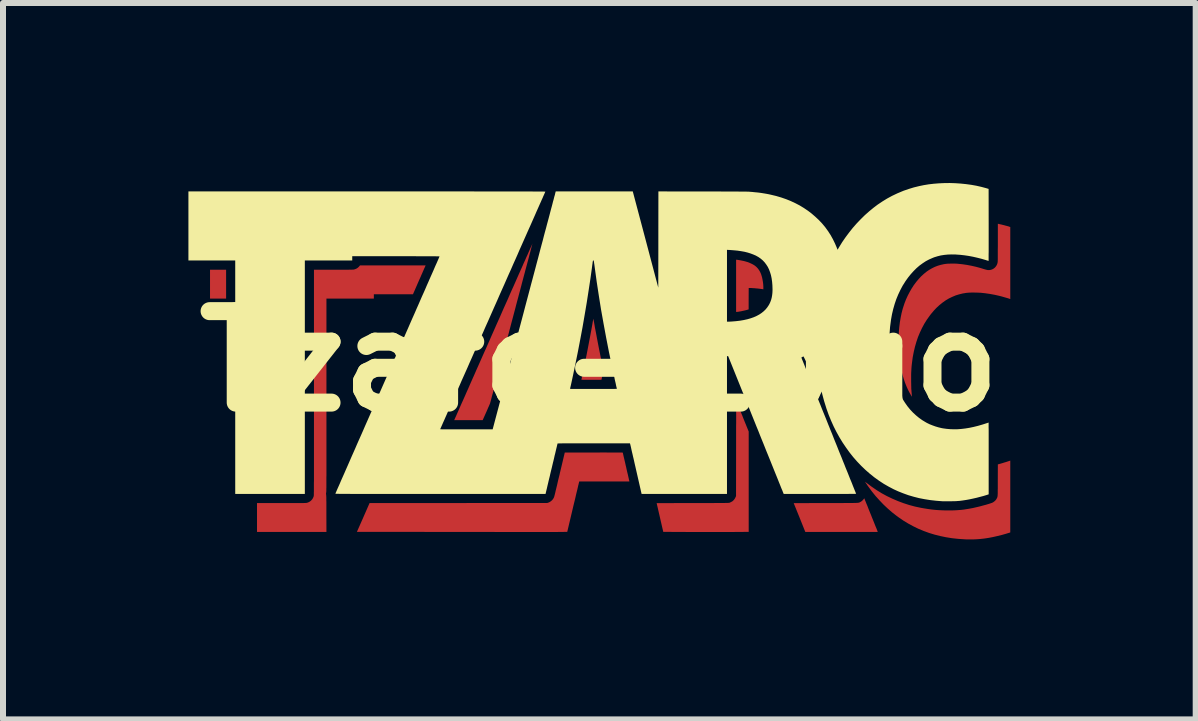
<source format=kicad_pcb>
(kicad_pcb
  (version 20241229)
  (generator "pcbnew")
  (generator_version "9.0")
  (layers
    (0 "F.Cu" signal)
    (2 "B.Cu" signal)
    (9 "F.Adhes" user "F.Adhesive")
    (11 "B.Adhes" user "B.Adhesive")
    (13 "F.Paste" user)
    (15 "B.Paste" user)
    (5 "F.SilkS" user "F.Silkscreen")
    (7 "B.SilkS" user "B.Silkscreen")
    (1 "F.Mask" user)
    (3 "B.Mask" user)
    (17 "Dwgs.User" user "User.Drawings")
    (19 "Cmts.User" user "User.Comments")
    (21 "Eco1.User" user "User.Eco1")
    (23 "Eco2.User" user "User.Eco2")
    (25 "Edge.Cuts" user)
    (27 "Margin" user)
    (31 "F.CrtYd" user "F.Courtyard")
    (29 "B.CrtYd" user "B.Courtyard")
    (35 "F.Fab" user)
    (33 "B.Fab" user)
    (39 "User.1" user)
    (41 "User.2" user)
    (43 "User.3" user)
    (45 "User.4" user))
  (footprint "Tzarc-Logo"
    (layer "F.Cu")
    (at 6.938 2.97)
    (property "Reference" "Tzarc-Logo" (at 0 0 0) (layer "F.SilkS") (effects (font (size 1.524 1.524) (thickness 0.3))))
    (attr board_only exclude_from_pos_files exclude_from_bom)
    (fp_poly (pts (xy -6.22 -1.044) (xy -6.488 -1.044) (xy -6.488 -1.525) (xy -6.22 -1.525)) (stroke (width 0) (type solid)) (fill yes) (layer "F.Cu"))
    (fp_poly (pts (xy 2.295 -1.691) (xy 2.32 -1.687) (xy 2.349 -1.682) (xy 2.379 -1.676) (xy 2.409 -1.67) (xy 2.438 -1.662) (xy 2.465 -1.654) (xy 2.476 -1.651) (xy 2.496 -1.643) (xy 2.518 -1.633) (xy 2.54 -1.623) (xy 2.561 -1.612) (xy 2.579 -1.601) (xy 2.593 -1.592) (xy 2.62 -1.569) (xy 2.643 -1.544) (xy 2.663 -1.516) (xy 2.681 -1.484) (xy 2.696 -1.449) (xy 2.708 -1.41) (xy 2.711 -1.4) (xy 2.719 -1.362) (xy 2.726 -1.322) (xy 2.731 -1.281) (xy 2.733 -1.241) (xy 2.733 -1.227) (xy 2.733 -1.198) (xy 2.726 -1.2) (xy 2.709 -1.203) (xy 2.687 -1.206) (xy 2.663 -1.209) (xy 2.637 -1.212) (xy 2.611 -1.214) (xy 2.584 -1.217) (xy 2.559 -1.218) (xy 2.536 -1.22) (xy 2.517 -1.22) (xy 2.511 -1.22) (xy 2.489 -1.22) (xy 2.488 -1.042) (xy 2.488 -0.864) (xy 2.461 -0.856) (xy 2.446 -0.852) (xy 2.429 -0.848) (xy 2.409 -0.843) (xy 2.389 -0.839) (xy 2.368 -0.834) (xy 2.347 -0.83) (xy 2.328 -0.827) (xy 2.311 -0.824) (xy 2.297 -0.823) (xy 2.286 -0.822) (xy 2.284 -0.822) (xy 2.279 -0.822) (xy 2.279 -1.692)) (stroke (width 0) (type solid)) (fill yes) (layer "F.Cu"))
    (fp_poly (pts (xy 4.415 2.285) (xy 4.417 2.288) (xy 4.417 2.289) (xy 4.418 2.292) (xy 4.421 2.299) (xy 4.426 2.31) (xy 4.431 2.325) (xy 4.439 2.343) (xy 4.447 2.364) (xy 4.457 2.388) (xy 4.468 2.414) (xy 4.479 2.443) (xy 4.491 2.474) (xy 4.504 2.506) (xy 4.518 2.54) (xy 4.53 2.569) (xy 4.543 2.603) (xy 4.557 2.637) (xy 4.57 2.669) (xy 4.582 2.699) (xy 4.593 2.727) (xy 4.603 2.752) (xy 4.613 2.775) (xy 4.621 2.795) (xy 4.627 2.812) (xy 4.633 2.826) (xy 4.637 2.836) (xy 4.639 2.842) (xy 4.64 2.843) (xy 4.637 2.843) (xy 4.63 2.844) (xy 4.619 2.844) (xy 4.603 2.844) (xy 4.584 2.844) (xy 4.56 2.844) (xy 4.533 2.844) (xy 4.503 2.844) (xy 4.469 2.844) (xy 4.432 2.844) (xy 4.393 2.844) (xy 4.351 2.844) (xy 4.306 2.844) (xy 4.26 2.844) (xy 4.211 2.844) (xy 4.161 2.844) (xy 4.109 2.844) (xy 4.056 2.844) (xy 4.036 2.844) (xy 3.432 2.844) (xy 3.336 2.604) (xy 3.239 2.365) (xy 3.773 2.363) (xy 3.833 2.363) (xy 3.889 2.363) (xy 3.94 2.363) (xy 3.987 2.363) (xy 4.03 2.363) (xy 4.069 2.363) (xy 4.105 2.362) (xy 4.137 2.362) (xy 4.165 2.362) (xy 4.191 2.362) (xy 4.213 2.362) (xy 4.233 2.362) (xy 4.251 2.361) (xy 4.266 2.361) (xy 4.279 2.361) (xy 4.29 2.36) (xy 4.299 2.36) (xy 4.307 2.359) (xy 4.314 2.358) (xy 4.319 2.358) (xy 4.323 2.357) (xy 4.327 2.356) (xy 4.33 2.355) (xy 4.333 2.354) (xy 4.335 2.353) (xy 4.338 2.352) (xy 4.341 2.35) (xy 4.343 2.349) (xy 4.363 2.338) (xy 4.381 2.324) (xy 4.398 2.306) (xy 4.407 2.295) (xy 4.411 2.288) (xy 4.414 2.285)) (stroke (width 0) (type solid)) (fill yes) (layer "F.Cu"))
    (fp_poly (pts (xy -0.1 -0.706) (xy -0.098 -0.7) (xy -0.097 -0.691) (xy -0.095 -0.68) (xy -0.094 -0.68) (xy -0.093 -0.671) (xy -0.09 -0.657) (xy -0.087 -0.641) (xy -0.084 -0.622) (xy -0.08 -0.602) (xy -0.077 -0.581) (xy -0.074 -0.564) (xy -0.057 -0.477) (xy -0.04 -0.385) (xy -0.022 -0.292) (xy -0.004 -0.198) (xy 0.015 -0.105) (xy 0.033 -0.014) (xy 0.04 0.017) (xy 0.045 0.041) (xy 0.049 0.063) (xy 0.054 0.084) (xy 0.057 0.103) (xy 0.06 0.118) (xy 0.063 0.131) (xy 0.064 0.14) (xy 0.065 0.145) (xy 0.065 0.145) (xy 0.065 0.149) (xy 0.064 0.157) (xy 0.062 0.169) (xy 0.059 0.183) (xy 0.056 0.2) (xy 0.053 0.218) (xy 0.051 0.229) (xy 0.047 0.248) (xy 0.044 0.265) (xy 0.041 0.28) (xy 0.039 0.293) (xy 0.037 0.302) (xy 0.036 0.307) (xy 0.036 0.308) (xy 0.034 0.308) (xy 0.027 0.308) (xy 0.016 0.309) (xy 0.002 0.309) (xy -0.016 0.309) (xy -0.037 0.309) (xy -0.06 0.309) (xy -0.085 0.309) (xy -0.112 0.309) (xy -0.132 0.309) (xy -0.164 0.309) (xy -0.193 0.309) (xy -0.216 0.309) (xy -0.237 0.309) (xy -0.253 0.309) (xy -0.267 0.309) (xy -0.277 0.309) (xy -0.285 0.308) (xy -0.291 0.308) (xy -0.295 0.308) (xy -0.297 0.307) (xy -0.298 0.306) (xy -0.299 0.306) (xy -0.299 0.305) (xy -0.298 0.301) (xy -0.296 0.293) (xy -0.293 0.281) (xy -0.29 0.266) (xy -0.286 0.247) (xy -0.282 0.226) (xy -0.277 0.204) (xy -0.272 0.179) (xy -0.266 0.153) (xy -0.261 0.127) (xy -0.255 0.1) (xy -0.25 0.074) (xy -0.244 0.048) (xy -0.239 0.023) (xy -0.236 0.006) (xy -0.215 -0.095) (xy -0.195 -0.198) (xy -0.175 -0.303) (xy -0.155 -0.407) (xy -0.136 -0.509) (xy -0.118 -0.609) (xy -0.109 -0.663) (xy -0.106 -0.677) (xy -0.104 -0.689) (xy -0.102 -0.699) (xy -0.101 -0.705) (xy -0.1 -0.708)) (stroke (width 0) (type solid)) (fill yes) (layer "F.Cu"))
    (fp_poly (pts (xy 2.284 0.664) (xy 2.284 0.665) (xy 2.285 0.668) (xy 2.288 0.675) (xy 2.293 0.687) (xy 2.299 0.702) (xy 2.307 0.72) (xy 2.315 0.741) (xy 2.325 0.765) (xy 2.336 0.792) (xy 2.347 0.82) (xy 2.359 0.851) (xy 2.372 0.882) (xy 2.386 0.915) (xy 2.388 0.923) (xy 2.489 1.172) (xy 2.489 2.843) (xy 2.313 2.845) (xy 2.288 2.845) (xy 2.258 2.845) (xy 2.225 2.846) (xy 2.187 2.846) (xy 2.147 2.846) (xy 2.103 2.846) (xy 2.057 2.846) (xy 2.008 2.846) (xy 1.958 2.846) (xy 1.906 2.846) (xy 1.853 2.846) (xy 1.799 2.846) (xy 1.745 2.846) (xy 1.691 2.846) (xy 1.637 2.846) (xy 1.584 2.846) (xy 1.533 2.846) (xy 1.482 2.846) (xy 1.434 2.845) (xy 1.388 2.845) (xy 1.344 2.845) (xy 1.303 2.845) (xy 1.266 2.845) (xy 1.233 2.844) (xy 1.205 2.844) (xy 1.065 2.843) (xy 1.01 2.604) (xy 0.955 2.365) (xy 1.556 2.363) (xy 1.62 2.363) (xy 1.679 2.363) (xy 1.733 2.363) (xy 1.784 2.363) (xy 1.83 2.363) (xy 1.872 2.363) (xy 1.911 2.363) (xy 1.945 2.362) (xy 1.977 2.362) (xy 2.005 2.362) (xy 2.031 2.362) (xy 2.053 2.362) (xy 2.073 2.362) (xy 2.09 2.362) (xy 2.105 2.361) (xy 2.118 2.361) (xy 2.129 2.361) (xy 2.138 2.361) (xy 2.146 2.36) (xy 2.152 2.36) (xy 2.157 2.36) (xy 2.161 2.359) (xy 2.164 2.359) (xy 2.166 2.359) (xy 2.168 2.358) (xy 2.17 2.358) (xy 2.17 2.358) (xy 2.196 2.346) (xy 2.22 2.332) (xy 2.24 2.313) (xy 2.256 2.292) (xy 2.269 2.267) (xy 2.27 2.265) (xy 2.278 2.246) (xy 2.279 1.451) (xy 2.279 1.377) (xy 2.279 1.308) (xy 2.279 1.244) (xy 2.279 1.184) (xy 2.279 1.128) (xy 2.279 1.076) (xy 2.28 1.028) (xy 2.28 0.984) (xy 2.28 0.944) (xy 2.28 0.907) (xy 2.28 0.873) (xy 2.28 0.843) (xy 2.28 0.815) (xy 2.28 0.79) (xy 2.28 0.769) (xy 2.281 0.749) (xy 2.281 0.733) (xy 2.281 0.718) (xy 2.281 0.705) (xy 2.281 0.695) (xy 2.282 0.686) (xy 2.282 0.679) (xy 2.282 0.674) (xy 2.282 0.67) (xy 2.283 0.667) (xy 2.283 0.665) (xy 2.283 0.664) (xy 2.284 0.664)) (stroke (width 0) (type solid)) (fill yes) (layer "F.Cu"))
    (fp_poly (pts (xy 0.089 1.52) (xy 0.13 1.521) (xy 0.169 1.521) (xy 0.206 1.521) (xy 0.24 1.521) (xy 0.271 1.521) (xy 0.299 1.521) (xy 0.324 1.521) (xy 0.345 1.521) (xy 0.362 1.521) (xy 0.375 1.521) (xy 0.384 1.522) (xy 0.389 1.522) (xy 0.389 1.522) (xy 0.39 1.524) (xy 0.392 1.531) (xy 0.395 1.542) (xy 0.398 1.557) (xy 0.402 1.575) (xy 0.407 1.597) (xy 0.413 1.621) (xy 0.419 1.647) (xy 0.426 1.676) (xy 0.433 1.707) (xy 0.44 1.739) (xy 0.445 1.758) (xy 0.452 1.791) (xy 0.459 1.823) (xy 0.466 1.853) (xy 0.473 1.881) (xy 0.479 1.907) (xy 0.484 1.93) (xy 0.489 1.95) (xy 0.492 1.968) (xy 0.496 1.981) (xy 0.498 1.991) (xy 0.499 1.997) (xy 0.499 1.998) (xy 0.501 2.003) (xy -0.335 2.003) (xy -0.344 2.039) (xy -0.345 2.045) (xy -0.348 2.056) (xy -0.352 2.071) (xy -0.356 2.09) (xy -0.361 2.112) (xy -0.367 2.138) (xy -0.374 2.166) (xy -0.382 2.198) (xy -0.39 2.232) (xy -0.398 2.268) (xy -0.407 2.306) (xy -0.417 2.346) (xy -0.427 2.387) (xy -0.437 2.429) (xy -0.444 2.459) (xy -0.535 2.843) (xy -0.652 2.845) (xy -0.667 2.845) (xy -0.686 2.845) (xy -0.71 2.846) (xy -0.737 2.846) (xy -0.768 2.846) (xy -0.802 2.846) (xy -0.839 2.846) (xy -0.879 2.846) (xy -0.921 2.846) (xy -0.964 2.846) (xy -1.01 2.846) (xy -1.057 2.846) (xy -1.105 2.846) (xy -1.153 2.846) (xy -1.202 2.846) (xy -1.236 2.846) (xy -1.27 2.846) (xy -1.308 2.846) (xy -1.351 2.846) (xy -1.398 2.846) (xy -1.449 2.846) (xy -1.504 2.846) (xy -1.562 2.846) (xy -1.623 2.846) (xy -1.687 2.846) (xy -1.754 2.845) (xy -1.823 2.845) (xy -1.894 2.845) (xy -1.968 2.845) (xy -2.043 2.845) (xy -2.12 2.845) (xy -2.198 2.845) (xy -2.277 2.845) (xy -2.357 2.845) (xy -2.437 2.845) (xy -2.518 2.845) (xy -2.599 2.845) (xy -2.68 2.844) (xy -2.76 2.844) (xy -2.84 2.844) (xy -2.871 2.844) (xy -4.04 2.843) (xy -3.934 2.603) (xy -3.829 2.363) (xy -2.349 2.363) (xy -0.869 2.362) (xy -0.852 2.357) (xy -0.827 2.346) (xy -0.805 2.331) (xy -0.786 2.314) (xy -0.772 2.296) (xy -0.76 2.277) (xy -0.752 2.256) (xy -0.749 2.246) (xy -0.748 2.241) (xy -0.746 2.232) (xy -0.742 2.219) (xy -0.738 2.202) (xy -0.733 2.182) (xy -0.728 2.158) (xy -0.721 2.131) (xy -0.714 2.101) (xy -0.706 2.069) (xy -0.698 2.034) (xy -0.69 1.998) (xy -0.681 1.96) (xy -0.671 1.921) (xy -0.661 1.88) (xy -0.66 1.874) (xy -0.576 1.521) (xy -0.094 1.521) (xy -0.046 1.521) (xy 0.000211 1.521) (xy 0.045 1.52)) (stroke (width 0) (type solid)) (fill yes) (layer "F.Cu"))
    (fp_poly (pts (xy -1.117 -1.954) (xy -1.119 -1.947) (xy -1.122 -1.936) (xy -1.125 -1.922) (xy -1.13 -1.905) (xy -1.135 -1.885) (xy -1.141 -1.862) (xy -1.147 -1.838) (xy -1.154 -1.812) (xy -1.16 -1.791) (xy -1.163 -1.779) (xy -1.168 -1.761) (xy -1.173 -1.739) (xy -1.18 -1.713) (xy -1.188 -1.683) (xy -1.197 -1.65) (xy -1.207 -1.612) (xy -1.218 -1.571) (xy -1.23 -1.527) (xy -1.242 -1.48) (xy -1.256 -1.429) (xy -1.27 -1.376) (xy -1.285 -1.32) (xy -1.3 -1.262) (xy -1.316 -1.201) (xy -1.333 -1.138) (xy -1.35 -1.074) (xy -1.368 -1.007) (xy -1.386 -0.939) (xy -1.404 -0.869) (xy -1.423 -0.798) (xy -1.442 -0.726) (xy -1.462 -0.652) (xy -1.481 -0.579) (xy -1.501 -0.504) (xy -1.51 -0.469) (xy -1.53 -0.395) (xy -1.549 -0.323) (xy -1.568 -0.252) (xy -1.586 -0.183) (xy -1.604 -0.115) (xy -1.622 -0.048) (xy -1.639 0.016) (xy -1.655 0.078) (xy -1.671 0.139) (xy -1.687 0.197) (xy -1.701 0.252) (xy -1.716 0.305) (xy -1.729 0.356) (xy -1.741 0.403) (xy -1.753 0.447) (xy -1.764 0.489) (xy -1.774 0.527) (xy -1.784 0.561) (xy -1.792 0.592) (xy -1.799 0.62) (xy -1.805 0.643) (xy -1.81 0.663) (xy -1.815 0.678) (xy -1.818 0.689) (xy -1.819 0.696) (xy -1.82 0.698) (xy -1.821 0.702) (xy -1.825 0.71) (xy -1.829 0.721) (xy -1.836 0.736) (xy -1.843 0.753) (xy -1.852 0.772) (xy -1.861 0.794) (xy -1.871 0.817) (xy -1.882 0.842) (xy -1.883 0.844) (xy -1.944 0.981) (xy -2.419 0.981) (xy -2.409 0.96) (xy -2.408 0.957) (xy -2.405 0.949) (xy -2.399 0.937) (xy -2.392 0.922) (xy -2.383 0.902) (xy -2.373 0.878) (xy -2.361 0.851) (xy -2.347 0.82) (xy -2.332 0.785) (xy -2.315 0.747) (xy -2.297 0.706) (xy -2.277 0.662) (xy -2.256 0.615) (xy -2.234 0.565) (xy -2.211 0.512) (xy -2.186 0.457) (xy -2.161 0.399) (xy -2.134 0.338) (xy -2.106 0.275) (xy -2.077 0.21) (xy -2.048 0.143) (xy -2.017 0.074) (xy -1.986 0.004) (xy -1.954 -0.069) (xy -1.921 -0.143) (xy -1.887 -0.218) (xy -1.853 -0.295) (xy -1.819 -0.373) (xy -1.784 -0.453) (xy -1.759 -0.509) (xy -1.724 -0.589) (xy -1.689 -0.667) (xy -1.654 -0.745) (xy -1.621 -0.821) (xy -1.588 -0.896) (xy -1.555 -0.969) (xy -1.523 -1.04) (xy -1.493 -1.11) (xy -1.463 -1.178) (xy -1.433 -1.244) (xy -1.405 -1.307) (xy -1.378 -1.369) (xy -1.352 -1.428) (xy -1.327 -1.484) (xy -1.303 -1.538) (xy -1.28 -1.589) (xy -1.259 -1.638) (xy -1.238 -1.683) (xy -1.22 -1.725) (xy -1.202 -1.764) (xy -1.186 -1.8) (xy -1.172 -1.833) (xy -1.159 -1.862) (xy -1.148 -1.887) (xy -1.138 -1.909) (xy -1.13 -1.926) (xy -1.124 -1.94) (xy -1.12 -1.95) (xy -1.117 -1.955) (xy -1.117 -1.956)) (stroke (width 0) (type solid)) (fill yes) (layer "F.Cu"))
    (fp_poly (pts (xy 6.848 2.255) (xy 6.848 2.308) (xy 6.848 2.361) (xy 6.848 2.411) (xy 6.848 2.46) (xy 6.848 2.507) (xy 6.848 2.552) (xy 6.848 2.595) (xy 6.848 2.635) (xy 6.848 2.673) (xy 6.848 2.707) (xy 6.848 2.739) (xy 6.848 2.767) (xy 6.848 2.791) (xy 6.848 2.812) (xy 6.848 2.829) (xy 6.848 2.842) (xy 6.847 2.85) (xy 6.847 2.854) (xy 6.847 2.854) (xy 6.845 2.855) (xy 6.838 2.856) (xy 6.829 2.859) (xy 6.816 2.863) (xy 6.802 2.867) (xy 6.794 2.87) (xy 6.714 2.893) (xy 6.637 2.912) (xy 6.563 2.929) (xy 6.491 2.943) (xy 6.42 2.954) (xy 6.35 2.962) (xy 6.281 2.967) (xy 6.279 2.967) (xy 6.258 2.968) (xy 6.234 2.969) (xy 6.207 2.969) (xy 6.178 2.969) (xy 6.149 2.969) (xy 6.12 2.969) (xy 6.094 2.968) (xy 6.082 2.967) (xy 5.979 2.96) (xy 5.877 2.949) (xy 5.778 2.933) (xy 5.681 2.913) (xy 5.586 2.889) (xy 5.494 2.861) (xy 5.404 2.828) (xy 5.315 2.791) (xy 5.229 2.749) (xy 5.146 2.704) (xy 5.064 2.654) (xy 4.984 2.599) (xy 4.949 2.573) (xy 4.876 2.516) (xy 4.805 2.454) (xy 4.736 2.389) (xy 4.67 2.32) (xy 4.605 2.248) (xy 4.544 2.173) (xy 4.521 2.142) (xy 4.51 2.127) (xy 4.499 2.112) (xy 4.487 2.096) (xy 4.476 2.08) (xy 4.465 2.065) (xy 4.456 2.05) (xy 4.447 2.038) (xy 4.439 2.027) (xy 4.434 2.018) (xy 4.43 2.012) (xy 4.429 2.009) (xy 4.43 2.009) (xy 4.433 2.012) (xy 4.439 2.016) (xy 4.447 2.023) (xy 4.457 2.03) (xy 4.461 2.033) (xy 4.541 2.093) (xy 4.623 2.149) (xy 4.707 2.201) (xy 4.794 2.248) (xy 4.884 2.291) (xy 4.975 2.33) (xy 5.068 2.365) (xy 5.164 2.396) (xy 5.261 2.422) (xy 5.36 2.443) (xy 5.406 2.451) (xy 5.474 2.462) (xy 5.54 2.471) (xy 5.605 2.478) (xy 5.67 2.482) (xy 5.737 2.485) (xy 5.806 2.486) (xy 5.854 2.486) (xy 5.902 2.485) (xy 5.946 2.483) (xy 5.989 2.48) (xy 6.031 2.477) (xy 6.073 2.472) (xy 6.116 2.465) (xy 6.161 2.458) (xy 6.209 2.449) (xy 6.22 2.447) (xy 6.247 2.441) (xy 6.277 2.434) (xy 6.308 2.427) (xy 6.341 2.419) (xy 6.374 2.41) (xy 6.407 2.401) (xy 6.438 2.393) (xy 6.468 2.384) (xy 6.495 2.376) (xy 6.519 2.368) (xy 6.54 2.361) (xy 6.541 2.361) (xy 6.561 2.351) (xy 6.581 2.337) (xy 6.599 2.321) (xy 6.614 2.302) (xy 6.623 2.287) (xy 6.625 2.282) (xy 6.627 2.278) (xy 6.629 2.274) (xy 6.631 2.27) (xy 6.633 2.265) (xy 6.634 2.26) (xy 6.635 2.254) (xy 6.636 2.247) (xy 6.637 2.239) (xy 6.638 2.229) (xy 6.638 2.216) (xy 6.639 2.202) (xy 6.639 2.185) (xy 6.639 2.165) (xy 6.639 2.142) (xy 6.64 2.115) (xy 6.64 2.085) (xy 6.64 2.05) (xy 6.64 2.011) (xy 6.64 1.981) (xy 6.641 1.718) (xy 6.649 1.717) (xy 6.656 1.715) (xy 6.667 1.712) (xy 6.682 1.708) (xy 6.698 1.703) (xy 6.717 1.698) (xy 6.735 1.692) (xy 6.754 1.686) (xy 6.772 1.681) (xy 6.788 1.676) (xy 6.802 1.671) (xy 6.806 1.67) (xy 6.848 1.656)) (stroke (width 0) (type solid)) (fill yes) (layer "F.Cu"))
    (fp_poly (pts (xy -2.898 -1.591) (xy -2.899 -1.587) (xy -2.903 -1.58) (xy -2.907 -1.569) (xy -2.914 -1.555) (xy -2.922 -1.537) (xy -2.931 -1.516) (xy -2.941 -1.493) (xy -2.952 -1.467) (xy -2.965 -1.439) (xy -2.977 -1.41) (xy -2.991 -1.379) (xy -3.004 -1.35) (xy -3.106 -1.116) (xy -3.758 -1.116) (xy -3.758 -1.044) (xy -4.548 -1.044) (xy -4.548 0.665) (xy -4.548 0.766) (xy -4.548 0.863) (xy -4.548 0.955) (xy -4.548 1.043) (xy -4.548 1.126) (xy -4.548 1.205) (xy -4.548 1.28) (xy -4.548 1.351) (xy -4.548 1.419) (xy -4.548 1.482) (xy -4.548 1.542) (xy -4.548 1.599) (xy -4.548 1.652) (xy -4.548 1.701) (xy -4.548 1.748) (xy -4.548 1.791) (xy -4.548 1.831) (xy -4.548 1.869) (xy -4.548 1.904) (xy -4.549 1.936) (xy -4.549 1.965) (xy -4.549 1.992) (xy -4.549 2.017) (xy -4.549 2.04) (xy -4.549 2.06) (xy -4.549 2.078) (xy -4.549 2.095) (xy -4.549 2.11) (xy -4.55 2.123) (xy -4.55 2.134) (xy -4.55 2.144) (xy -4.55 2.153) (xy -4.55 2.16) (xy -4.55 2.166) (xy -4.551 2.172) (xy -4.551 2.176) (xy -4.551 2.179) (xy -4.551 2.182) (xy -4.552 2.184) (xy -4.552 2.186) (xy -4.554 2.198) (xy -4.555 2.207) (xy -4.554 2.215) (xy -4.553 2.224) (xy -4.553 2.228) (xy -4.552 2.231) (xy -4.552 2.237) (xy -4.551 2.244) (xy -4.551 2.254) (xy -4.55 2.266) (xy -4.55 2.28) (xy -4.55 2.297) (xy -4.55 2.318) (xy -4.549 2.342) (xy -4.549 2.369) (xy -4.549 2.4) (xy -4.549 2.435) (xy -4.549 2.474) (xy -4.549 2.518) (xy -4.549 2.545) (xy -4.548 2.844) (xy -5.705 2.844) (xy -5.705 2.363) (xy -5.297 2.363) (xy -5.245 2.363) (xy -5.198 2.363) (xy -5.155 2.363) (xy -5.116 2.363) (xy -5.081 2.363) (xy -5.05 2.363) (xy -5.022 2.363) (xy -4.997 2.363) (xy -4.976 2.363) (xy -4.957 2.363) (xy -4.941 2.363) (xy -4.927 2.363) (xy -4.916 2.362) (xy -4.906 2.362) (xy -4.898 2.362) (xy -4.892 2.361) (xy -4.886 2.361) (xy -4.882 2.361) (xy -4.879 2.36) (xy -4.876 2.36) (xy -4.873 2.359) (xy -4.871 2.359) (xy -4.846 2.35) (xy -4.823 2.337) (xy -4.803 2.321) (xy -4.786 2.302) (xy -4.773 2.281) (xy -4.768 2.27) (xy -4.763 2.258) (xy -4.76 2.248) (xy -4.759 2.246) (xy -4.759 2.245) (xy -4.759 2.243) (xy -4.759 2.24) (xy -4.759 2.236) (xy -4.758 2.231) (xy -4.758 2.225) (xy -4.758 2.218) (xy -4.758 2.209) (xy -4.758 2.199) (xy -4.758 2.188) (xy -4.757 2.174) (xy -4.757 2.159) (xy -4.757 2.142) (xy -4.757 2.124) (xy -4.757 2.103) (xy -4.757 2.08) (xy -4.757 2.055) (xy -4.757 2.027) (xy -4.756 1.997) (xy -4.756 1.964) (xy -4.756 1.929) (xy -4.756 1.891) (xy -4.756 1.851) (xy -4.756 1.807) (xy -4.756 1.761) (xy -4.756 1.711) (xy -4.756 1.658) (xy -4.756 1.602) (xy -4.756 1.542) (xy -4.756 1.479) (xy -4.756 1.412) (xy -4.756 1.341) (xy -4.756 1.267) (xy -4.756 1.189) (xy -4.756 1.107) (xy -4.756 1.02) (xy -4.756 0.93) (xy -4.756 0.835) (xy -4.756 0.736) (xy -4.756 0.632) (xy -4.756 0.524) (xy -4.756 0.411) (xy -4.756 -1.525) (xy -4.435 -1.525) (xy -4.383 -1.525) (xy -4.335 -1.525) (xy -4.291 -1.525) (xy -4.252 -1.525) (xy -4.218 -1.525) (xy -4.188 -1.525) (xy -4.163 -1.526) (xy -4.142 -1.526) (xy -4.125 -1.526) (xy -4.112 -1.527) (xy -4.103 -1.527) (xy -4.098 -1.527) (xy -4.098 -1.527) (xy -4.073 -1.533) (xy -4.049 -1.543) (xy -4.028 -1.556) (xy -4.009 -1.573) (xy -4 -1.583) (xy -3.989 -1.597) (xy -2.895 -1.597)) (stroke (width 0) (type solid)) (fill yes) (layer "F.Cu"))
    (fp_poly (pts (xy 6.646 -2.29) (xy 6.677 -2.283) (xy 6.704 -2.277) (xy 6.728 -2.271) (xy 6.749 -2.266) (xy 6.769 -2.26) (xy 6.789 -2.255) (xy 6.808 -2.25) (xy 6.828 -2.244) (xy 6.828 -2.243) (xy 6.848 -2.237) (xy 6.848 -1.637) (xy 6.848 -1.584) (xy 6.848 -1.531) (xy 6.848 -1.481) (xy 6.848 -1.431) (xy 6.848 -1.384) (xy 6.848 -1.339) (xy 6.848 -1.296) (xy 6.848 -1.256) (xy 6.848 -1.219) (xy 6.848 -1.184) (xy 6.848 -1.153) (xy 6.848 -1.124) (xy 6.848 -1.1) (xy 6.848 -1.079) (xy 6.848 -1.062) (xy 6.848 -1.049) (xy 6.848 -1.041) (xy 6.848 -1.037) (xy 6.848 -1.037) (xy 6.845 -1.037) (xy 6.839 -1.039) (xy 6.832 -1.042) (xy 6.817 -1.047) (xy 6.798 -1.053) (xy 6.776 -1.059) (xy 6.752 -1.066) (xy 6.728 -1.073) (xy 6.703 -1.08) (xy 6.68 -1.086) (xy 6.664 -1.09) (xy 6.584 -1.108) (xy 6.506 -1.122) (xy 6.431 -1.133) (xy 6.358 -1.141) (xy 6.286 -1.144) (xy 6.215 -1.145) (xy 6.213 -1.145) (xy 6.183 -1.144) (xy 6.158 -1.143) (xy 6.134 -1.141) (xy 6.112 -1.139) (xy 6.09 -1.135) (xy 6.066 -1.131) (xy 6.058 -1.13) (xy 5.997 -1.115) (xy 5.938 -1.097) (xy 5.881 -1.073) (xy 5.825 -1.046) (xy 5.771 -1.014) (xy 5.719 -0.977) (xy 5.668 -0.936) (xy 5.618 -0.89) (xy 5.571 -0.84) (xy 5.525 -0.785) (xy 5.504 -0.757) (xy 5.458 -0.693) (xy 5.415 -0.624) (xy 5.377 -0.553) (xy 5.342 -0.479) (xy 5.31 -0.402) (xy 5.283 -0.322) (xy 5.259 -0.239) (xy 5.239 -0.153) (xy 5.222 -0.065) (xy 5.213 0.004) (xy 5.208 0.042) (xy 5.204 0.079) (xy 5.201 0.116) (xy 5.199 0.152) (xy 5.197 0.189) (xy 5.196 0.229) (xy 5.196 0.271) (xy 5.196 0.316) (xy 5.196 0.341) (xy 5.197 0.372) (xy 5.197 0.4) (xy 5.198 0.425) (xy 5.198 0.447) (xy 5.199 0.467) (xy 5.201 0.487) (xy 5.202 0.507) (xy 5.204 0.528) (xy 5.206 0.55) (xy 5.206 0.556) (xy 5.207 0.568) (xy 5.208 0.578) (xy 5.209 0.585) (xy 5.209 0.589) (xy 5.209 0.589) (xy 5.207 0.588) (xy 5.204 0.583) (xy 5.202 0.581) (xy 5.193 0.566) (xy 5.183 0.548) (xy 5.171 0.527) (xy 5.159 0.505) (xy 5.147 0.481) (xy 5.136 0.458) (xy 5.126 0.436) (xy 5.119 0.42) (xy 5.094 0.358) (xy 5.071 0.291) (xy 5.051 0.221) (xy 5.033 0.148) (xy 5.018 0.072) (xy 5.006 -0.007) (xy 5 -0.062) (xy 4.992 -0.148) (xy 4.988 -0.234) (xy 4.986 -0.319) (xy 4.987 -0.404) (xy 4.991 -0.487) (xy 4.998 -0.569) (xy 5.008 -0.648) (xy 5.021 -0.725) (xy 5.036 -0.799) (xy 5.054 -0.869) (xy 5.062 -0.894) (xy 5.084 -0.962) (xy 5.11 -1.029) (xy 5.139 -1.093) (xy 5.171 -1.154) (xy 5.205 -1.213) (xy 5.241 -1.269) (xy 5.28 -1.321) (xy 5.321 -1.37) (xy 5.363 -1.415) (xy 5.408 -1.456) (xy 5.448 -1.489) (xy 5.494 -1.521) (xy 5.541 -1.548) (xy 5.589 -1.572) (xy 5.638 -1.591) (xy 5.689 -1.606) (xy 5.743 -1.618) (xy 5.777 -1.623) (xy 5.791 -1.624) (xy 5.809 -1.626) (xy 5.83 -1.626) (xy 5.854 -1.627) (xy 5.878 -1.627) (xy 5.903 -1.627) (xy 5.927 -1.627) (xy 5.949 -1.626) (xy 5.969 -1.625) (xy 5.977 -1.624) (xy 6.053 -1.616) (xy 6.127 -1.605) (xy 6.201 -1.591) (xy 6.276 -1.574) (xy 6.353 -1.553) (xy 6.415 -1.534) (xy 6.429 -1.53) (xy 6.443 -1.526) (xy 6.456 -1.523) (xy 6.466 -1.521) (xy 6.47 -1.52) (xy 6.497 -1.519) (xy 6.523 -1.523) (xy 6.547 -1.531) (xy 6.569 -1.543) (xy 6.589 -1.558) (xy 6.606 -1.577) (xy 6.62 -1.598) (xy 6.631 -1.622) (xy 6.637 -1.648) (xy 6.638 -1.651) (xy 6.638 -1.657) (xy 6.639 -1.667) (xy 6.639 -1.682) (xy 6.64 -1.701) (xy 6.64 -1.725) (xy 6.64 -1.754) (xy 6.64 -1.787) (xy 6.64 -1.826) (xy 6.64 -1.868) (xy 6.641 -1.916) (xy 6.641 -1.968) (xy 6.641 -2.291)) (stroke (width 0) (type solid)) (fill yes) (layer "F.Cu"))
    (fp_poly (pts (xy -6.22 -1.044) (xy -6.488 -1.044) (xy -6.488 -1.525) (xy -6.22 -1.525)) (stroke (width 0) (type solid)) (fill yes) (layer "F.Mask"))
    (fp_poly (pts (xy 2.295 -1.691) (xy 2.32 -1.687) (xy 2.349 -1.682) (xy 2.379 -1.676) (xy 2.409 -1.67) (xy 2.438 -1.662) (xy 2.465 -1.654) (xy 2.476 -1.651) (xy 2.496 -1.643) (xy 2.518 -1.633) (xy 2.54 -1.623) (xy 2.561 -1.612) (xy 2.579 -1.601) (xy 2.593 -1.592) (xy 2.62 -1.569) (xy 2.643 -1.544) (xy 2.663 -1.516) (xy 2.681 -1.484) (xy 2.696 -1.449) (xy 2.708 -1.41) (xy 2.711 -1.4) (xy 2.719 -1.362) (xy 2.726 -1.322) (xy 2.731 -1.281) (xy 2.733 -1.241) (xy 2.733 -1.227) (xy 2.733 -1.198) (xy 2.726 -1.2) (xy 2.709 -1.203) (xy 2.687 -1.206) (xy 2.663 -1.209) (xy 2.637 -1.212) (xy 2.611 -1.214) (xy 2.584 -1.217) (xy 2.559 -1.218) (xy 2.536 -1.22) (xy 2.517 -1.22) (xy 2.511 -1.22) (xy 2.489 -1.22) (xy 2.488 -1.042) (xy 2.488 -0.864) (xy 2.461 -0.856) (xy 2.446 -0.852) (xy 2.429 -0.848) (xy 2.409 -0.843) (xy 2.389 -0.839) (xy 2.368 -0.834) (xy 2.347 -0.83) (xy 2.328 -0.827) (xy 2.311 -0.824) (xy 2.297 -0.823) (xy 2.286 -0.822) (xy 2.284 -0.822) (xy 2.279 -0.822) (xy 2.279 -1.692)) (stroke (width 0) (type solid)) (fill yes) (layer "F.Mask"))
    (fp_poly (pts (xy 4.415 2.285) (xy 4.417 2.288) (xy 4.417 2.289) (xy 4.418 2.292) (xy 4.421 2.299) (xy 4.426 2.31) (xy 4.431 2.325) (xy 4.439 2.343) (xy 4.447 2.364) (xy 4.457 2.388) (xy 4.468 2.414) (xy 4.479 2.443) (xy 4.491 2.474) (xy 4.504 2.506) (xy 4.518 2.54) (xy 4.53 2.569) (xy 4.543 2.603) (xy 4.557 2.637) (xy 4.57 2.669) (xy 4.582 2.699) (xy 4.593 2.727) (xy 4.603 2.752) (xy 4.613 2.775) (xy 4.621 2.795) (xy 4.627 2.812) (xy 4.633 2.826) (xy 4.637 2.836) (xy 4.639 2.842) (xy 4.64 2.843) (xy 4.637 2.843) (xy 4.63 2.844) (xy 4.619 2.844) (xy 4.603 2.844) (xy 4.584 2.844) (xy 4.56 2.844) (xy 4.533 2.844) (xy 4.503 2.844) (xy 4.469 2.844) (xy 4.432 2.844) (xy 4.393 2.844) (xy 4.351 2.844) (xy 4.306 2.844) (xy 4.26 2.844) (xy 4.211 2.844) (xy 4.161 2.844) (xy 4.109 2.844) (xy 4.056 2.844) (xy 4.036 2.844) (xy 3.432 2.844) (xy 3.336 2.604) (xy 3.239 2.365) (xy 3.773 2.363) (xy 3.833 2.363) (xy 3.889 2.363) (xy 3.94 2.363) (xy 3.987 2.363) (xy 4.03 2.363) (xy 4.069 2.363) (xy 4.105 2.362) (xy 4.137 2.362) (xy 4.165 2.362) (xy 4.191 2.362) (xy 4.213 2.362) (xy 4.233 2.362) (xy 4.251 2.361) (xy 4.266 2.361) (xy 4.279 2.361) (xy 4.29 2.36) (xy 4.299 2.36) (xy 4.307 2.359) (xy 4.314 2.358) (xy 4.319 2.358) (xy 4.323 2.357) (xy 4.327 2.356) (xy 4.33 2.355) (xy 4.333 2.354) (xy 4.335 2.353) (xy 4.338 2.352) (xy 4.341 2.35) (xy 4.343 2.349) (xy 4.363 2.338) (xy 4.381 2.324) (xy 4.398 2.306) (xy 4.407 2.295) (xy 4.411 2.288) (xy 4.414 2.285)) (stroke (width 0) (type solid)) (fill yes) (layer "F.Mask"))
    (fp_poly (pts (xy -0.1 -0.706) (xy -0.098 -0.7) (xy -0.097 -0.691) (xy -0.095 -0.68) (xy -0.094 -0.68) (xy -0.093 -0.671) (xy -0.09 -0.657) (xy -0.087 -0.641) (xy -0.084 -0.622) (xy -0.08 -0.602) (xy -0.077 -0.581) (xy -0.074 -0.564) (xy -0.057 -0.477) (xy -0.04 -0.385) (xy -0.022 -0.292) (xy -0.004 -0.198) (xy 0.015 -0.105) (xy 0.033 -0.014) (xy 0.04 0.017) (xy 0.045 0.041) (xy 0.049 0.063) (xy 0.054 0.084) (xy 0.057 0.103) (xy 0.06 0.118) (xy 0.063 0.131) (xy 0.064 0.14) (xy 0.065 0.145) (xy 0.065 0.145) (xy 0.065 0.149) (xy 0.064 0.157) (xy 0.062 0.169) (xy 0.059 0.183) (xy 0.056 0.2) (xy 0.053 0.218) (xy 0.051 0.229) (xy 0.047 0.248) (xy 0.044 0.265) (xy 0.041 0.28) (xy 0.039 0.293) (xy 0.037 0.302) (xy 0.036 0.307) (xy 0.036 0.308) (xy 0.034 0.308) (xy 0.027 0.308) (xy 0.016 0.309) (xy 0.002 0.309) (xy -0.016 0.309) (xy -0.037 0.309) (xy -0.06 0.309) (xy -0.085 0.309) (xy -0.112 0.309) (xy -0.132 0.309) (xy -0.164 0.309) (xy -0.193 0.309) (xy -0.216 0.309) (xy -0.237 0.309) (xy -0.253 0.309) (xy -0.267 0.309) (xy -0.277 0.309) (xy -0.285 0.308) (xy -0.291 0.308) (xy -0.295 0.308) (xy -0.297 0.307) (xy -0.298 0.306) (xy -0.299 0.306) (xy -0.299 0.305) (xy -0.298 0.301) (xy -0.296 0.293) (xy -0.293 0.281) (xy -0.29 0.266) (xy -0.286 0.247) (xy -0.282 0.226) (xy -0.277 0.204) (xy -0.272 0.179) (xy -0.266 0.153) (xy -0.261 0.127) (xy -0.255 0.1) (xy -0.25 0.074) (xy -0.244 0.048) (xy -0.239 0.023) (xy -0.236 0.006) (xy -0.215 -0.095) (xy -0.195 -0.198) (xy -0.175 -0.303) (xy -0.155 -0.407) (xy -0.136 -0.509) (xy -0.118 -0.609) (xy -0.109 -0.663) (xy -0.106 -0.677) (xy -0.104 -0.689) (xy -0.102 -0.699) (xy -0.101 -0.705) (xy -0.1 -0.708)) (stroke (width 0) (type solid)) (fill yes) (layer "F.Mask"))
    (fp_poly (pts (xy 2.284 0.664) (xy 2.284 0.665) (xy 2.285 0.668) (xy 2.288 0.675) (xy 2.293 0.687) (xy 2.299 0.702) (xy 2.307 0.72) (xy 2.315 0.741) (xy 2.325 0.765) (xy 2.336 0.792) (xy 2.347 0.82) (xy 2.359 0.851) (xy 2.372 0.882) (xy 2.386 0.915) (xy 2.388 0.923) (xy 2.489 1.172) (xy 2.489 2.843) (xy 2.313 2.845) (xy 2.288 2.845) (xy 2.258 2.845) (xy 2.225 2.846) (xy 2.187 2.846) (xy 2.147 2.846) (xy 2.103 2.846) (xy 2.057 2.846) (xy 2.008 2.846) (xy 1.958 2.846) (xy 1.906 2.846) (xy 1.853 2.846) (xy 1.799 2.846) (xy 1.745 2.846) (xy 1.691 2.846) (xy 1.637 2.846) (xy 1.584 2.846) (xy 1.533 2.846) (xy 1.482 2.846) (xy 1.434 2.845) (xy 1.388 2.845) (xy 1.344 2.845) (xy 1.303 2.845) (xy 1.266 2.845) (xy 1.233 2.844) (xy 1.205 2.844) (xy 1.065 2.843) (xy 1.01 2.604) (xy 0.955 2.365) (xy 1.556 2.363) (xy 1.62 2.363) (xy 1.679 2.363) (xy 1.733 2.363) (xy 1.784 2.363) (xy 1.83 2.363) (xy 1.872 2.363) (xy 1.911 2.363) (xy 1.945 2.362) (xy 1.977 2.362) (xy 2.005 2.362) (xy 2.031 2.362) (xy 2.053 2.362) (xy 2.073 2.362) (xy 2.09 2.362) (xy 2.105 2.361) (xy 2.118 2.361) (xy 2.129 2.361) (xy 2.138 2.361) (xy 2.146 2.36) (xy 2.152 2.36) (xy 2.157 2.36) (xy 2.161 2.359) (xy 2.164 2.359) (xy 2.166 2.359) (xy 2.168 2.358) (xy 2.17 2.358) (xy 2.17 2.358) (xy 2.196 2.346) (xy 2.22 2.332) (xy 2.24 2.313) (xy 2.256 2.292) (xy 2.269 2.267) (xy 2.27 2.265) (xy 2.278 2.246) (xy 2.279 1.451) (xy 2.279 1.377) (xy 2.279 1.308) (xy 2.279 1.244) (xy 2.279 1.184) (xy 2.279 1.128) (xy 2.279 1.076) (xy 2.28 1.028) (xy 2.28 0.984) (xy 2.28 0.944) (xy 2.28 0.907) (xy 2.28 0.873) (xy 2.28 0.843) (xy 2.28 0.815) (xy 2.28 0.79) (xy 2.28 0.769) (xy 2.281 0.749) (xy 2.281 0.733) (xy 2.281 0.718) (xy 2.281 0.705) (xy 2.281 0.695) (xy 2.282 0.686) (xy 2.282 0.679) (xy 2.282 0.674) (xy 2.282 0.67) (xy 2.283 0.667) (xy 2.283 0.665) (xy 2.283 0.664) (xy 2.284 0.664)) (stroke (width 0) (type solid)) (fill yes) (layer "F.Mask"))
    (fp_poly (pts (xy 0.089 1.52) (xy 0.13 1.521) (xy 0.169 1.521) (xy 0.206 1.521) (xy 0.24 1.521) (xy 0.271 1.521) (xy 0.299 1.521) (xy 0.324 1.521) (xy 0.345 1.521) (xy 0.362 1.521) (xy 0.375 1.521) (xy 0.384 1.522) (xy 0.389 1.522) (xy 0.389 1.522) (xy 0.39 1.524) (xy 0.392 1.531) (xy 0.395 1.542) (xy 0.398 1.557) (xy 0.402 1.575) (xy 0.407 1.597) (xy 0.413 1.621) (xy 0.419 1.647) (xy 0.426 1.676) (xy 0.433 1.707) (xy 0.44 1.739) (xy 0.445 1.758) (xy 0.452 1.791) (xy 0.459 1.823) (xy 0.466 1.853) (xy 0.473 1.881) (xy 0.479 1.907) (xy 0.484 1.93) (xy 0.489 1.95) (xy 0.492 1.968) (xy 0.496 1.981) (xy 0.498 1.991) (xy 0.499 1.997) (xy 0.499 1.998) (xy 0.501 2.003) (xy -0.335 2.003) (xy -0.344 2.039) (xy -0.345 2.045) (xy -0.348 2.056) (xy -0.352 2.071) (xy -0.356 2.09) (xy -0.361 2.112) (xy -0.367 2.138) (xy -0.374 2.166) (xy -0.382 2.198) (xy -0.39 2.232) (xy -0.398 2.268) (xy -0.407 2.306) (xy -0.417 2.346) (xy -0.427 2.387) (xy -0.437 2.429) (xy -0.444 2.459) (xy -0.535 2.843) (xy -0.652 2.845) (xy -0.667 2.845) (xy -0.686 2.845) (xy -0.71 2.846) (xy -0.737 2.846) (xy -0.768 2.846) (xy -0.802 2.846) (xy -0.839 2.846) (xy -0.879 2.846) (xy -0.921 2.846) (xy -0.964 2.846) (xy -1.01 2.846) (xy -1.057 2.846) (xy -1.105 2.846) (xy -1.153 2.846) (xy -1.202 2.846) (xy -1.236 2.846) (xy -1.27 2.846) (xy -1.308 2.846) (xy -1.351 2.846) (xy -1.398 2.846) (xy -1.449 2.846) (xy -1.504 2.846) (xy -1.562 2.846) (xy -1.623 2.846) (xy -1.687 2.846) (xy -1.754 2.845) (xy -1.823 2.845) (xy -1.894 2.845) (xy -1.968 2.845) (xy -2.043 2.845) (xy -2.12 2.845) (xy -2.198 2.845) (xy -2.277 2.845) (xy -2.357 2.845) (xy -2.437 2.845) (xy -2.518 2.845) (xy -2.599 2.845) (xy -2.68 2.844) (xy -2.76 2.844) (xy -2.84 2.844) (xy -2.871 2.844) (xy -4.04 2.843) (xy -3.934 2.603) (xy -3.829 2.363) (xy -2.349 2.363) (xy -0.869 2.362) (xy -0.852 2.357) (xy -0.827 2.346) (xy -0.805 2.331) (xy -0.786 2.314) (xy -0.772 2.296) (xy -0.76 2.277) (xy -0.752 2.256) (xy -0.749 2.246) (xy -0.748 2.241) (xy -0.746 2.232) (xy -0.742 2.219) (xy -0.738 2.202) (xy -0.733 2.182) (xy -0.728 2.158) (xy -0.721 2.131) (xy -0.714 2.101) (xy -0.706 2.069) (xy -0.698 2.034) (xy -0.69 1.998) (xy -0.681 1.96) (xy -0.671 1.921) (xy -0.661 1.88) (xy -0.66 1.874) (xy -0.576 1.521) (xy -0.094 1.521) (xy -0.046 1.521) (xy 0.000211 1.521) (xy 0.045 1.52)) (stroke (width 0) (type solid)) (fill yes) (layer "F.Mask"))
    (fp_poly (pts (xy -1.117 -1.954) (xy -1.119 -1.947) (xy -1.122 -1.936) (xy -1.125 -1.922) (xy -1.13 -1.905) (xy -1.135 -1.885) (xy -1.141 -1.862) (xy -1.147 -1.838) (xy -1.154 -1.812) (xy -1.16 -1.791) (xy -1.163 -1.779) (xy -1.168 -1.761) (xy -1.173 -1.739) (xy -1.18 -1.713) (xy -1.188 -1.683) (xy -1.197 -1.65) (xy -1.207 -1.612) (xy -1.218 -1.571) (xy -1.23 -1.527) (xy -1.242 -1.48) (xy -1.256 -1.429) (xy -1.27 -1.376) (xy -1.285 -1.32) (xy -1.3 -1.262) (xy -1.316 -1.201) (xy -1.333 -1.138) (xy -1.35 -1.074) (xy -1.368 -1.007) (xy -1.386 -0.939) (xy -1.404 -0.869) (xy -1.423 -0.798) (xy -1.442 -0.726) (xy -1.462 -0.652) (xy -1.481 -0.579) (xy -1.501 -0.504) (xy -1.51 -0.469) (xy -1.53 -0.395) (xy -1.549 -0.323) (xy -1.568 -0.252) (xy -1.586 -0.183) (xy -1.604 -0.115) (xy -1.622 -0.048) (xy -1.639 0.016) (xy -1.655 0.078) (xy -1.671 0.139) (xy -1.687 0.197) (xy -1.701 0.252) (xy -1.716 0.305) (xy -1.729 0.356) (xy -1.741 0.403) (xy -1.753 0.447) (xy -1.764 0.489) (xy -1.774 0.527) (xy -1.784 0.561) (xy -1.792 0.592) (xy -1.799 0.62) (xy -1.805 0.643) (xy -1.81 0.663) (xy -1.815 0.678) (xy -1.818 0.689) (xy -1.819 0.696) (xy -1.82 0.698) (xy -1.821 0.702) (xy -1.825 0.71) (xy -1.829 0.721) (xy -1.836 0.736) (xy -1.843 0.753) (xy -1.852 0.772) (xy -1.861 0.794) (xy -1.871 0.817) (xy -1.882 0.842) (xy -1.883 0.844) (xy -1.944 0.981) (xy -2.419 0.981) (xy -2.409 0.96) (xy -2.408 0.957) (xy -2.405 0.949) (xy -2.399 0.937) (xy -2.392 0.922) (xy -2.383 0.902) (xy -2.373 0.878) (xy -2.361 0.851) (xy -2.347 0.82) (xy -2.332 0.785) (xy -2.315 0.747) (xy -2.297 0.706) (xy -2.277 0.662) (xy -2.256 0.615) (xy -2.234 0.565) (xy -2.211 0.512) (xy -2.186 0.457) (xy -2.161 0.399) (xy -2.134 0.338) (xy -2.106 0.275) (xy -2.077 0.21) (xy -2.048 0.143) (xy -2.017 0.074) (xy -1.986 0.004) (xy -1.954 -0.069) (xy -1.921 -0.143) (xy -1.887 -0.218) (xy -1.853 -0.295) (xy -1.819 -0.373) (xy -1.784 -0.453) (xy -1.759 -0.509) (xy -1.724 -0.589) (xy -1.689 -0.667) (xy -1.654 -0.745) (xy -1.621 -0.821) (xy -1.588 -0.896) (xy -1.555 -0.969) (xy -1.523 -1.04) (xy -1.493 -1.11) (xy -1.463 -1.178) (xy -1.433 -1.244) (xy -1.405 -1.307) (xy -1.378 -1.369) (xy -1.352 -1.428) (xy -1.327 -1.484) (xy -1.303 -1.538) (xy -1.28 -1.589) (xy -1.259 -1.638) (xy -1.238 -1.683) (xy -1.22 -1.725) (xy -1.202 -1.764) (xy -1.186 -1.8) (xy -1.172 -1.833) (xy -1.159 -1.862) (xy -1.148 -1.887) (xy -1.138 -1.909) (xy -1.13 -1.926) (xy -1.124 -1.94) (xy -1.12 -1.95) (xy -1.117 -1.955) (xy -1.117 -1.956)) (stroke (width 0) (type solid)) (fill yes) (layer "F.Mask"))
    (fp_poly (pts (xy 6.848 2.255) (xy 6.848 2.308) (xy 6.848 2.361) (xy 6.848 2.411) (xy 6.848 2.46) (xy 6.848 2.507) (xy 6.848 2.552) (xy 6.848 2.595) (xy 6.848 2.635) (xy 6.848 2.673) (xy 6.848 2.707) (xy 6.848 2.739) (xy 6.848 2.767) (xy 6.848 2.791) (xy 6.848 2.812) (xy 6.848 2.829) (xy 6.848 2.842) (xy 6.847 2.85) (xy 6.847 2.854) (xy 6.847 2.854) (xy 6.845 2.855) (xy 6.838 2.856) (xy 6.829 2.859) (xy 6.816 2.863) (xy 6.802 2.867) (xy 6.794 2.87) (xy 6.714 2.893) (xy 6.637 2.912) (xy 6.563 2.929) (xy 6.491 2.943) (xy 6.42 2.954) (xy 6.35 2.962) (xy 6.281 2.967) (xy 6.279 2.967) (xy 6.258 2.968) (xy 6.234 2.969) (xy 6.207 2.969) (xy 6.178 2.969) (xy 6.149 2.969) (xy 6.12 2.969) (xy 6.094 2.968) (xy 6.082 2.967) (xy 5.979 2.96) (xy 5.877 2.949) (xy 5.778 2.933) (xy 5.681 2.913) (xy 5.586 2.889) (xy 5.494 2.861) (xy 5.404 2.828) (xy 5.315 2.791) (xy 5.229 2.749) (xy 5.146 2.704) (xy 5.064 2.654) (xy 4.984 2.599) (xy 4.949 2.573) (xy 4.876 2.516) (xy 4.805 2.454) (xy 4.736 2.389) (xy 4.67 2.32) (xy 4.605 2.248) (xy 4.544 2.173) (xy 4.521 2.142) (xy 4.51 2.127) (xy 4.499 2.112) (xy 4.487 2.096) (xy 4.476 2.08) (xy 4.465 2.065) (xy 4.456 2.05) (xy 4.447 2.038) (xy 4.439 2.027) (xy 4.434 2.018) (xy 4.43 2.012) (xy 4.429 2.009) (xy 4.43 2.009) (xy 4.433 2.012) (xy 4.439 2.016) (xy 4.447 2.023) (xy 4.457 2.03) (xy 4.461 2.033) (xy 4.541 2.093) (xy 4.623 2.149) (xy 4.707 2.201) (xy 4.794 2.248) (xy 4.884 2.291) (xy 4.975 2.33) (xy 5.068 2.365) (xy 5.164 2.396) (xy 5.261 2.422) (xy 5.36 2.443) (xy 5.406 2.451) (xy 5.474 2.462) (xy 5.54 2.471) (xy 5.605 2.478) (xy 5.67 2.482) (xy 5.737 2.485) (xy 5.806 2.486) (xy 5.854 2.486) (xy 5.902 2.485) (xy 5.946 2.483) (xy 5.989 2.48) (xy 6.031 2.477) (xy 6.073 2.472) (xy 6.116 2.465) (xy 6.161 2.458) (xy 6.209 2.449) (xy 6.22 2.447) (xy 6.247 2.441) (xy 6.277 2.434) (xy 6.308 2.427) (xy 6.341 2.419) (xy 6.374 2.41) (xy 6.407 2.401) (xy 6.438 2.393) (xy 6.468 2.384) (xy 6.495 2.376) (xy 6.519 2.368) (xy 6.54 2.361) (xy 6.541 2.361) (xy 6.561 2.351) (xy 6.581 2.337) (xy 6.599 2.321) (xy 6.614 2.302) (xy 6.623 2.287) (xy 6.625 2.282) (xy 6.627 2.278) (xy 6.629 2.274) (xy 6.631 2.27) (xy 6.633 2.265) (xy 6.634 2.26) (xy 6.635 2.254) (xy 6.636 2.247) (xy 6.637 2.239) (xy 6.638 2.229) (xy 6.638 2.216) (xy 6.639 2.202) (xy 6.639 2.185) (xy 6.639 2.165) (xy 6.639 2.142) (xy 6.64 2.115) (xy 6.64 2.085) (xy 6.64 2.05) (xy 6.64 2.011) (xy 6.64 1.981) (xy 6.641 1.718) (xy 6.649 1.717) (xy 6.656 1.715) (xy 6.667 1.712) (xy 6.682 1.708) (xy 6.698 1.703) (xy 6.717 1.698) (xy 6.735 1.692) (xy 6.754 1.686) (xy 6.772 1.681) (xy 6.788 1.676) (xy 6.802 1.671) (xy 6.806 1.67) (xy 6.848 1.656)) (stroke (width 0) (type solid)) (fill yes) (layer "F.Mask"))
    (fp_poly (pts (xy -2.898 -1.591) (xy -2.899 -1.587) (xy -2.903 -1.58) (xy -2.907 -1.569) (xy -2.914 -1.555) (xy -2.922 -1.537) (xy -2.931 -1.516) (xy -2.941 -1.493) (xy -2.952 -1.467) (xy -2.965 -1.439) (xy -2.977 -1.41) (xy -2.991 -1.379) (xy -3.004 -1.35) (xy -3.106 -1.116) (xy -3.758 -1.116) (xy -3.758 -1.044) (xy -4.548 -1.044) (xy -4.548 0.665) (xy -4.548 0.766) (xy -4.548 0.863) (xy -4.548 0.955) (xy -4.548 1.043) (xy -4.548 1.126) (xy -4.548 1.205) (xy -4.548 1.28) (xy -4.548 1.351) (xy -4.548 1.419) (xy -4.548 1.482) (xy -4.548 1.542) (xy -4.548 1.599) (xy -4.548 1.652) (xy -4.548 1.701) (xy -4.548 1.748) (xy -4.548 1.791) (xy -4.548 1.831) (xy -4.548 1.869) (xy -4.548 1.904) (xy -4.549 1.936) (xy -4.549 1.965) (xy -4.549 1.992) (xy -4.549 2.017) (xy -4.549 2.04) (xy -4.549 2.06) (xy -4.549 2.078) (xy -4.549 2.095) (xy -4.549 2.11) (xy -4.55 2.123) (xy -4.55 2.134) (xy -4.55 2.144) (xy -4.55 2.153) (xy -4.55 2.16) (xy -4.55 2.166) (xy -4.551 2.172) (xy -4.551 2.176) (xy -4.551 2.179) (xy -4.551 2.182) (xy -4.552 2.184) (xy -4.552 2.186) (xy -4.554 2.198) (xy -4.555 2.207) (xy -4.554 2.215) (xy -4.553 2.224) (xy -4.553 2.228) (xy -4.552 2.231) (xy -4.552 2.237) (xy -4.551 2.244) (xy -4.551 2.254) (xy -4.55 2.266) (xy -4.55 2.28) (xy -4.55 2.297) (xy -4.55 2.318) (xy -4.549 2.342) (xy -4.549 2.369) (xy -4.549 2.4) (xy -4.549 2.435) (xy -4.549 2.474) (xy -4.549 2.518) (xy -4.549 2.545) (xy -4.548 2.844) (xy -5.705 2.844) (xy -5.705 2.363) (xy -5.297 2.363) (xy -5.245 2.363) (xy -5.198 2.363) (xy -5.155 2.363) (xy -5.116 2.363) (xy -5.081 2.363) (xy -5.05 2.363) (xy -5.022 2.363) (xy -4.997 2.363) (xy -4.976 2.363) (xy -4.957 2.363) (xy -4.941 2.363) (xy -4.927 2.363) (xy -4.916 2.362) (xy -4.906 2.362) (xy -4.898 2.362) (xy -4.892 2.361) (xy -4.886 2.361) (xy -4.882 2.361) (xy -4.879 2.36) (xy -4.876 2.36) (xy -4.873 2.359) (xy -4.871 2.359) (xy -4.846 2.35) (xy -4.823 2.337) (xy -4.803 2.321) (xy -4.786 2.302) (xy -4.773 2.281) (xy -4.768 2.27) (xy -4.763 2.258) (xy -4.76 2.248) (xy -4.759 2.246) (xy -4.759 2.245) (xy -4.759 2.243) (xy -4.759 2.24) (xy -4.759 2.236) (xy -4.758 2.231) (xy -4.758 2.225) (xy -4.758 2.218) (xy -4.758 2.209) (xy -4.758 2.199) (xy -4.758 2.188) (xy -4.757 2.174) (xy -4.757 2.159) (xy -4.757 2.142) (xy -4.757 2.124) (xy -4.757 2.103) (xy -4.757 2.08) (xy -4.757 2.055) (xy -4.757 2.027) (xy -4.756 1.997) (xy -4.756 1.964) (xy -4.756 1.929) (xy -4.756 1.891) (xy -4.756 1.851) (xy -4.756 1.807) (xy -4.756 1.761) (xy -4.756 1.711) (xy -4.756 1.658) (xy -4.756 1.602) (xy -4.756 1.542) (xy -4.756 1.479) (xy -4.756 1.412) (xy -4.756 1.341) (xy -4.756 1.267) (xy -4.756 1.189) (xy -4.756 1.107) (xy -4.756 1.02) (xy -4.756 0.93) (xy -4.756 0.835) (xy -4.756 0.736) (xy -4.756 0.632) (xy -4.756 0.524) (xy -4.756 0.411) (xy -4.756 -1.525) (xy -4.435 -1.525) (xy -4.383 -1.525) (xy -4.335 -1.525) (xy -4.291 -1.525) (xy -4.252 -1.525) (xy -4.218 -1.525) (xy -4.188 -1.525) (xy -4.163 -1.526) (xy -4.142 -1.526) (xy -4.125 -1.526) (xy -4.112 -1.527) (xy -4.103 -1.527) (xy -4.098 -1.527) (xy -4.098 -1.527) (xy -4.073 -1.533) (xy -4.049 -1.543) (xy -4.028 -1.556) (xy -4.009 -1.573) (xy -4 -1.583) (xy -3.989 -1.597) (xy -2.895 -1.597)) (stroke (width 0) (type solid)) (fill yes) (layer "F.Mask"))
    (fp_poly (pts (xy 6.646 -2.29) (xy 6.677 -2.283) (xy 6.704 -2.277) (xy 6.728 -2.271) (xy 6.749 -2.266) (xy 6.769 -2.26) (xy 6.789 -2.255) (xy 6.808 -2.25) (xy 6.828 -2.244) (xy 6.828 -2.243) (xy 6.848 -2.237) (xy 6.848 -1.637) (xy 6.848 -1.584) (xy 6.848 -1.531) (xy 6.848 -1.481) (xy 6.848 -1.431) (xy 6.848 -1.384) (xy 6.848 -1.339) (xy 6.848 -1.296) (xy 6.848 -1.256) (xy 6.848 -1.219) (xy 6.848 -1.184) (xy 6.848 -1.153) (xy 6.848 -1.124) (xy 6.848 -1.1) (xy 6.848 -1.079) (xy 6.848 -1.062) (xy 6.848 -1.049) (xy 6.848 -1.041) (xy 6.848 -1.037) (xy 6.848 -1.037) (xy 6.845 -1.037) (xy 6.839 -1.039) (xy 6.832 -1.042) (xy 6.817 -1.047) (xy 6.798 -1.053) (xy 6.776 -1.059) (xy 6.752 -1.066) (xy 6.728 -1.073) (xy 6.703 -1.08) (xy 6.68 -1.086) (xy 6.664 -1.09) (xy 6.584 -1.108) (xy 6.506 -1.122) (xy 6.431 -1.133) (xy 6.358 -1.141) (xy 6.286 -1.144) (xy 6.215 -1.145) (xy 6.213 -1.145) (xy 6.183 -1.144) (xy 6.158 -1.143) (xy 6.134 -1.141) (xy 6.112 -1.139) (xy 6.09 -1.135) (xy 6.066 -1.131) (xy 6.058 -1.13) (xy 5.997 -1.115) (xy 5.938 -1.097) (xy 5.881 -1.073) (xy 5.825 -1.046) (xy 5.771 -1.014) (xy 5.719 -0.977) (xy 5.668 -0.936) (xy 5.618 -0.89) (xy 5.571 -0.84) (xy 5.525 -0.785) (xy 5.504 -0.757) (xy 5.458 -0.693) (xy 5.415 -0.624) (xy 5.377 -0.553) (xy 5.342 -0.479) (xy 5.31 -0.402) (xy 5.283 -0.322) (xy 5.259 -0.239) (xy 5.239 -0.153) (xy 5.222 -0.065) (xy 5.213 0.004) (xy 5.208 0.042) (xy 5.204 0.079) (xy 5.201 0.116) (xy 5.199 0.152) (xy 5.197 0.189) (xy 5.196 0.229) (xy 5.196 0.271) (xy 5.196 0.316) (xy 5.196 0.341) (xy 5.197 0.372) (xy 5.197 0.4) (xy 5.198 0.425) (xy 5.198 0.447) (xy 5.199 0.467) (xy 5.201 0.487) (xy 5.202 0.507) (xy 5.204 0.528) (xy 5.206 0.55) (xy 5.206 0.556) (xy 5.207 0.568) (xy 5.208 0.578) (xy 5.209 0.585) (xy 5.209 0.589) (xy 5.209 0.589) (xy 5.207 0.588) (xy 5.204 0.583) (xy 5.202 0.581) (xy 5.193 0.566) (xy 5.183 0.548) (xy 5.171 0.527) (xy 5.159 0.505) (xy 5.147 0.481) (xy 5.136 0.458) (xy 5.126 0.436) (xy 5.119 0.42) (xy 5.094 0.358) (xy 5.071 0.291) (xy 5.051 0.221) (xy 5.033 0.148) (xy 5.018 0.072) (xy 5.006 -0.007) (xy 5 -0.062) (xy 4.992 -0.148) (xy 4.988 -0.234) (xy 4.986 -0.319) (xy 4.987 -0.404) (xy 4.991 -0.487) (xy 4.998 -0.569) (xy 5.008 -0.648) (xy 5.021 -0.725) (xy 5.036 -0.799) (xy 5.054 -0.869) (xy 5.062 -0.894) (xy 5.084 -0.962) (xy 5.11 -1.029) (xy 5.139 -1.093) (xy 5.171 -1.154) (xy 5.205 -1.213) (xy 5.241 -1.269) (xy 5.28 -1.321) (xy 5.321 -1.37) (xy 5.363 -1.415) (xy 5.408 -1.456) (xy 5.448 -1.489) (xy 5.494 -1.521) (xy 5.541 -1.548) (xy 5.589 -1.572) (xy 5.638 -1.591) (xy 5.689 -1.606) (xy 5.743 -1.618) (xy 5.777 -1.623) (xy 5.791 -1.624) (xy 5.809 -1.626) (xy 5.83 -1.626) (xy 5.854 -1.627) (xy 5.878 -1.627) (xy 5.903 -1.627) (xy 5.927 -1.627) (xy 5.949 -1.626) (xy 5.969 -1.625) (xy 5.977 -1.624) (xy 6.053 -1.616) (xy 6.127 -1.605) (xy 6.201 -1.591) (xy 6.276 -1.574) (xy 6.353 -1.553) (xy 6.415 -1.534) (xy 6.429 -1.53) (xy 6.443 -1.526) (xy 6.456 -1.523) (xy 6.466 -1.521) (xy 6.47 -1.52) (xy 6.497 -1.519) (xy 6.523 -1.523) (xy 6.547 -1.531) (xy 6.569 -1.543) (xy 6.589 -1.558) (xy 6.606 -1.577) (xy 6.62 -1.598) (xy 6.631 -1.622) (xy 6.637 -1.648) (xy 6.638 -1.651) (xy 6.638 -1.657) (xy 6.639 -1.667) (xy 6.639 -1.682) (xy 6.64 -1.701) (xy 6.64 -1.725) (xy 6.64 -1.754) (xy 6.64 -1.787) (xy 6.64 -1.826) (xy 6.64 -1.868) (xy 6.641 -1.916) (xy 6.641 -1.968) (xy 6.641 -2.291)) (stroke (width 0) (type solid)) (fill yes) (layer "F.Mask"))
    (fp_poly (pts (xy -1.114 -1.961) (xy -1.115 -1.96) (xy -1.116 -1.961) (xy -1.115 -1.962)) (stroke (width 0) (type solid)) (fill yes) (layer "F.SilkS"))
    (fp_poly (pts (xy 5.931 -2.967) (xy 6.02 -2.961) (xy 6.109 -2.952) (xy 6.197 -2.94) (xy 6.282 -2.925) (xy 6.365 -2.906) (xy 6.444 -2.885) (xy 6.457 -2.881) (xy 6.487 -2.872) (xy 6.488 -2.272) (xy 6.488 -2.219) (xy 6.488 -2.166) (xy 6.488 -2.116) (xy 6.488 -2.067) (xy 6.488 -2.019) (xy 6.488 -1.974) (xy 6.488 -1.932) (xy 6.488 -1.891) (xy 6.488 -1.854) (xy 6.488 -1.819) (xy 6.487 -1.788) (xy 6.487 -1.76) (xy 6.487 -1.735) (xy 6.487 -1.714) (xy 6.487 -1.697) (xy 6.487 -1.685) (xy 6.487 -1.676) (xy 6.487 -1.672) (xy 6.487 -1.672) (xy 6.484 -1.673) (xy 6.477 -1.675) (xy 6.467 -1.678) (xy 6.455 -1.681) (xy 6.442 -1.686) (xy 6.441 -1.686) (xy 6.366 -1.708) (xy 6.294 -1.726) (xy 6.224 -1.742) (xy 6.155 -1.755) (xy 6.087 -1.765) (xy 6.018 -1.773) (xy 5.948 -1.778) (xy 5.936 -1.779) (xy 5.871 -1.78) (xy 5.808 -1.778) (xy 5.748 -1.772) (xy 5.69 -1.763) (xy 5.634 -1.749) (xy 5.579 -1.732) (xy 5.552 -1.721) (xy 5.495 -1.696) (xy 5.44 -1.667) (xy 5.387 -1.632) (xy 5.335 -1.594) (xy 5.285 -1.551) (xy 5.237 -1.503) (xy 5.19 -1.451) (xy 5.145 -1.395) (xy 5.102 -1.335) (xy 5.096 -1.325) (xy 5.053 -1.257) (xy 5.015 -1.185) (xy 4.98 -1.111) (xy 4.948 -1.033) (xy 4.921 -0.953) (xy 4.897 -0.869) (xy 4.877 -0.784) (xy 4.861 -0.695) (xy 4.849 -0.604) (xy 4.845 -0.573) (xy 4.838 -0.483) (xy 4.835 -0.39) (xy 4.834 -0.297) (xy 4.837 -0.203) (xy 4.842 -0.111) (xy 4.851 -0.02) (xy 4.857 0.029) (xy 4.871 0.115) (xy 4.888 0.198) (xy 4.909 0.278) (xy 4.932 0.356) (xy 4.959 0.43) (xy 4.988 0.501) (xy 5.021 0.569) (xy 5.056 0.633) (xy 5.095 0.694) (xy 5.136 0.752) (xy 5.18 0.806) (xy 5.227 0.856) (xy 5.277 0.902) (xy 5.329 0.945) (xy 5.383 0.983) (xy 5.441 1.018) (xy 5.459 1.028) (xy 5.504 1.05) (xy 5.552 1.069) (xy 5.602 1.087) (xy 5.653 1.102) (xy 5.703 1.114) (xy 5.73 1.119) (xy 5.789 1.127) (xy 5.849 1.132) (xy 5.91 1.134) (xy 5.972 1.133) (xy 6.036 1.128) (xy 6.102 1.12) (xy 6.169 1.109) (xy 6.24 1.094) (xy 6.312 1.076) (xy 6.388 1.054) (xy 6.41 1.047) (xy 6.425 1.042) (xy 6.44 1.037) (xy 6.453 1.033) (xy 6.464 1.03) (xy 6.471 1.027) (xy 6.472 1.027) (xy 6.479 1.024) (xy 6.484 1.022) (xy 6.486 1.022) (xy 6.486 1.025) (xy 6.487 1.032) (xy 6.487 1.044) (xy 6.487 1.06) (xy 6.487 1.081) (xy 6.487 1.107) (xy 6.488 1.137) (xy 6.488 1.171) (xy 6.488 1.21) (xy 6.488 1.252) (xy 6.488 1.299) (xy 6.488 1.35) (xy 6.488 1.405) (xy 6.488 1.464) (xy 6.488 1.527) (xy 6.488 1.594) (xy 6.488 1.62) (xy 6.488 2.218) (xy 6.458 2.228) (xy 6.402 2.245) (xy 6.345 2.26) (xy 6.288 2.275) (xy 6.231 2.288) (xy 6.175 2.3) (xy 6.122 2.31) (xy 6.083 2.316) (xy 6.057 2.32) (xy 6.034 2.323) (xy 6.012 2.326) (xy 5.992 2.328) (xy 5.972 2.329) (xy 5.951 2.331) (xy 5.929 2.332) (xy 5.905 2.332) (xy 5.878 2.333) (xy 5.847 2.333) (xy 5.84 2.333) (xy 5.816 2.333) (xy 5.794 2.333) (xy 5.774 2.333) (xy 5.755 2.333) (xy 5.739 2.333) (xy 5.727 2.333) (xy 5.718 2.333) (xy 5.715 2.333) (xy 5.614 2.325) (xy 5.516 2.314) (xy 5.421 2.299) (xy 5.328 2.281) (xy 5.238 2.258) (xy 5.149 2.232) (xy 5.063 2.201) (xy 4.978 2.167) (xy 4.906 2.134) (xy 4.822 2.09) (xy 4.74 2.043) (xy 4.661 1.991) (xy 4.583 1.935) (xy 4.508 1.875) (xy 4.435 1.811) (xy 4.365 1.744) (xy 4.297 1.673) (xy 4.232 1.599) (xy 4.17 1.521) (xy 4.111 1.439) (xy 4.054 1.355) (xy 4.001 1.268) (xy 3.951 1.178) (xy 3.904 1.085) (xy 3.861 0.989) (xy 3.821 0.891) (xy 3.785 0.79) (xy 3.781 0.777) (xy 3.746 0.665) (xy 3.715 0.55) (xy 3.688 0.433) (xy 3.666 0.313) (xy 3.647 0.191) (xy 3.632 0.066) (xy 3.621 -0.06) (xy 3.617 -0.123) (xy 3.617 -0.141) (xy 3.616 -0.158) (xy 3.615 -0.175) (xy 3.614 -0.189) (xy 3.613 -0.2) (xy 3.613 -0.201) (xy 3.611 -0.227) (xy 3.591 -0.21) (xy 3.563 -0.188) (xy 3.533 -0.166) (xy 3.502 -0.143) (xy 3.47 -0.122) (xy 3.438 -0.102) (xy 3.408 -0.085) (xy 3.381 -0.07) (xy 3.373 -0.066) (xy 3.368 -0.062) (xy 3.367 -0.06) (xy 3.368 -0.057) (xy 3.371 -0.051) (xy 3.375 -0.04) (xy 3.381 -0.024) (xy 3.389 -0.006) (xy 3.398 0.017) (xy 3.409 0.044) (xy 3.421 0.074) (xy 3.434 0.107) (xy 3.449 0.144) (xy 3.465 0.184) (xy 3.482 0.227) (xy 3.501 0.273) (xy 3.52 0.321) (xy 3.541 0.372) (xy 3.562 0.426) (xy 3.585 0.482) (xy 3.608 0.54) (xy 3.632 0.6) (xy 3.657 0.662) (xy 3.683 0.726) (xy 3.709 0.792) (xy 3.736 0.859) (xy 3.764 0.927) (xy 3.792 0.997) (xy 3.82 1.068) (xy 3.823 1.074) (xy 3.851 1.145) (xy 3.88 1.215) (xy 3.907 1.284) (xy 3.934 1.351) (xy 3.961 1.417) (xy 3.986 1.481) (xy 4.011 1.543) (xy 4.036 1.603) (xy 4.059 1.662) (xy 4.082 1.718) (xy 4.103 1.772) (xy 4.124 1.823) (xy 4.144 1.872) (xy 4.162 1.918) (xy 4.179 1.961) (xy 4.196 2.001) (xy 4.211 2.038) (xy 4.224 2.072) (xy 4.236 2.102) (xy 4.247 2.129) (xy 4.256 2.152) (xy 4.264 2.171) (xy 4.27 2.187) (xy 4.275 2.198) (xy 4.278 2.205) (xy 4.279 2.208) (xy 4.279 2.208) (xy 4.278 2.208) (xy 4.276 2.209) (xy 4.271 2.209) (xy 4.265 2.209) (xy 4.256 2.21) (xy 4.245 2.21) (xy 4.231 2.21) (xy 4.215 2.21) (xy 4.195 2.21) (xy 4.173 2.21) (xy 4.148 2.211) (xy 4.119 2.211) (xy 4.087 2.211) (xy 4.051 2.211) (xy 4.012 2.211) (xy 3.968 2.211) (xy 3.921 2.211) (xy 3.869 2.211) (xy 3.813 2.211) (xy 3.752 2.211) (xy 3.687 2.211) (xy 3.072 2.211) (xy 3.059 2.179) (xy 3.057 2.175) (xy 3.054 2.166) (xy 3.049 2.153) (xy 3.042 2.137) (xy 3.033 2.116) (xy 3.023 2.091) (xy 3.012 2.063) (xy 2.999 2.031) (xy 2.985 1.996) (xy 2.97 1.958) (xy 2.953 1.916) (xy 2.935 1.872) (xy 2.916 1.825) (xy 2.896 1.775) (xy 2.875 1.723) (xy 2.853 1.668) (xy 2.83 1.611) (xy 2.806 1.552) (xy 2.781 1.491) (xy 2.756 1.428) (xy 2.73 1.363) (xy 2.703 1.297) (xy 2.676 1.23) (xy 2.649 1.161) (xy 2.62 1.091) (xy 2.596 1.031) (xy 2.147 -0.084) (xy 2.137 -0.085) (xy 2.127 -0.085) (xy 2.127 2.211) (xy 0.704 2.211) (xy 0.609 1.795) (xy 0.599 1.751) (xy 0.589 1.708) (xy 0.58 1.667) (xy 0.571 1.627) (xy 0.562 1.59) (xy 0.554 1.554) (xy 0.546 1.521) (xy 0.539 1.491) (xy 0.533 1.463) (xy 0.528 1.439) (xy 0.523 1.418) (xy 0.519 1.401) (xy 0.516 1.388) (xy 0.513 1.379) (xy 0.512 1.374) (xy 0.512 1.373) (xy 0.51 1.368) (xy -0.093 1.368) (xy -0.157 1.368) (xy -0.216 1.368) (xy -0.27 1.368) (xy -0.321 1.368) (xy -0.367 1.368) (xy -0.409 1.368) (xy -0.448 1.368) (xy -0.483 1.368) (xy -0.514 1.368) (xy -0.543 1.368) (xy -0.568 1.368) (xy -0.59 1.368) (xy -0.61 1.368) (xy -0.627 1.369) (xy -0.641 1.369) (xy -0.654 1.369) (xy -0.664 1.369) (xy -0.673 1.369) (xy -0.68 1.37) (xy -0.685 1.37) (xy -0.69 1.37) (xy -0.693 1.37) (xy -0.695 1.371) (xy -0.696 1.371) (xy -0.697 1.372) (xy -0.697 1.372) (xy -0.698 1.375) (xy -0.699 1.382) (xy -0.702 1.393) (xy -0.706 1.409) (xy -0.71 1.428) (xy -0.716 1.451) (xy -0.722 1.477) (xy -0.729 1.506) (xy -0.736 1.537) (xy -0.745 1.571) (xy -0.753 1.608) (xy -0.762 1.647) (xy -0.772 1.687) (xy -0.782 1.729) (xy -0.792 1.772) (xy -0.796 1.788) (xy -0.807 1.832) (xy -0.817 1.874) (xy -0.826 1.915) (xy -0.836 1.955) (xy -0.845 1.992) (xy -0.853 2.027) (xy -0.861 2.06) (xy -0.868 2.09) (xy -0.874 2.117) (xy -0.88 2.141) (xy -0.885 2.162) (xy -0.889 2.179) (xy -0.892 2.192) (xy -0.894 2.201) (xy -0.895 2.205) (xy -0.895 2.206) (xy -0.897 2.211) (xy -2.759 2.211) (xy -2.865 2.211) (xy -2.966 2.211) (xy -3.062 2.211) (xy -3.155 2.211) (xy -3.242 2.211) (xy -3.326 2.211) (xy -3.405 2.211) (xy -3.481 2.211) (xy -3.552 2.211) (xy -3.62 2.211) (xy -3.684 2.211) (xy -3.745 2.211) (xy -3.802 2.211) (xy -3.855 2.211) (xy -3.906 2.211) (xy -3.953 2.211) (xy -3.997 2.211) (xy -4.038 2.211) (xy -4.076 2.211) (xy -4.111 2.211) (xy -4.144 2.211) (xy -4.174 2.21) (xy -4.202 2.21) (xy -4.227 2.21) (xy -4.251 2.21) (xy -4.272 2.21) (xy -4.291 2.21) (xy -4.308 2.21) (xy -4.323 2.21) (xy -4.336 2.21) (xy -4.348 2.209) (xy -4.358 2.209) (xy -4.367 2.209) (xy -4.374 2.209) (xy -4.381 2.209) (xy -4.386 2.209) (xy -4.39 2.208) (xy -4.393 2.208) (xy -4.396 2.208) (xy -4.397 2.208) (xy -4.399 2.208) (xy -4.399 2.207) (xy -4.399 2.207) (xy -4.399 2.207) (xy -4.398 2.204) (xy -4.395 2.198) (xy -4.391 2.187) (xy -4.384 2.172) (xy -4.376 2.153) (xy -4.366 2.13) (xy -4.354 2.103) (xy -4.34 2.072) (xy -4.325 2.038) (xy -4.309 2) (xy -4.291 1.959) (xy -4.271 1.914) (xy -4.25 1.867) (xy -4.228 1.816) (xy -4.204 1.762) (xy -4.179 1.705) (xy -4.153 1.645) (xy -4.126 1.583) (xy -4.097 1.518) (xy -4.067 1.45) (xy -4.037 1.38) (xy -4.005 1.308) (xy -3.972 1.234) (xy -3.938 1.157) (xy -3.904 1.078) (xy -3.868 0.997) (xy -3.832 0.915) (xy -3.795 0.831) (xy -3.757 0.745) (xy -3.719 0.657) (xy -3.68 0.569) (xy -3.64 0.478) (xy -3.6 0.387) (xy -3.559 0.294) (xy -3.531 0.231) (xy -3.49 0.137) (xy -3.45 0.045) (xy -3.41 -0.046) (xy -3.37 -0.136) (xy -3.332 -0.224) (xy -3.293 -0.311) (xy -3.256 -0.396) (xy -3.219 -0.48) (xy -3.183 -0.562) (xy -3.148 -0.642) (xy -3.114 -0.72) (xy -3.08 -0.796) (xy -3.048 -0.87) (xy -3.016 -0.942) (xy -2.986 -1.011) (xy -2.957 -1.078) (xy -2.928 -1.142) (xy -2.901 -1.203) (xy -2.876 -1.262) (xy -2.851 -1.318) (xy -2.828 -1.371) (xy -2.806 -1.421) (xy -2.785 -1.468) (xy -2.766 -1.511) (xy -2.749 -1.551) (xy -2.733 -1.588) (xy -2.718 -1.621) (xy -2.705 -1.65) (xy -2.694 -1.676) (xy -2.684 -1.698) (xy -2.677 -1.715) (xy -2.671 -1.729) (xy -2.666 -1.739) (xy -2.664 -1.744) (xy -2.664 -1.745) (xy -2.664 -1.746) (xy -2.664 -1.746) (xy -2.665 -1.746) (xy -2.667 -1.747) (xy -2.67 -1.747) (xy -2.674 -1.747) (xy -2.679 -1.748) (xy -2.685 -1.748) (xy -2.693 -1.748) (xy -2.703 -1.748) (xy -2.714 -1.748) (xy -2.728 -1.749) (xy -2.744 -1.749) (xy -2.762 -1.749) (xy -2.782 -1.749) (xy -2.806 -1.749) (xy -2.832 -1.749) (xy -2.861 -1.749) (xy -2.893 -1.749) (xy -2.929 -1.749) (xy -2.968 -1.749) (xy -3.01 -1.749) (xy -3.057 -1.75) (xy -3.107 -1.75) (xy -3.162 -1.75) (xy -3.221 -1.75) (xy -3.284 -1.75) (xy -3.351 -1.75) (xy -4.118 -1.75) (xy -4.118 -1.679) (xy -4.908 -1.679) (xy -4.908 2.211) (xy -6.068 2.211) (xy -6.068 -1.679) (xy -6.848 -1.679) (xy -6.848 -2.83) (xy -3.873 -2.83) (xy -3.724 -2.83) (xy -3.58 -2.83) (xy -3.44 -2.83) (xy -3.305 -2.83) (xy -3.174 -2.83) (xy -3.048 -2.83) (xy -2.926 -2.83) (xy -2.809 -2.83) (xy -2.696 -2.83) (xy -2.587 -2.83) (xy -2.482 -2.83) (xy -2.381 -2.83) (xy -2.285 -2.83) (xy -2.192 -2.83) (xy -2.103 -2.83) (xy -2.018 -2.829) (xy -1.937 -2.829) (xy -1.86 -2.829) (xy -1.786 -2.829) (xy -1.715 -2.829) (xy -1.648 -2.829) (xy -1.585 -2.829) (xy -1.524 -2.829) (xy -1.467 -2.829) (xy -1.414 -2.829) (xy -1.363 -2.829) (xy -1.315 -2.829) (xy -1.271 -2.829) (xy -1.229 -2.829) (xy -1.19 -2.829) (xy -1.154 -2.829) (xy -1.121 -2.829) (xy -1.09 -2.828) (xy -1.062 -2.828) (xy -1.036 -2.828) (xy -1.013 -2.828) (xy -0.992 -2.828) (xy -0.974 -2.828) (xy -0.957 -2.828) (xy -0.943 -2.828) (xy -0.931 -2.828) (xy -0.921 -2.827) (xy -0.913 -2.827) (xy -0.907 -2.827) (xy -0.903 -2.827) (xy -0.9 -2.827) (xy -0.9 -2.827) (xy -0.9 -2.827) (xy -0.901 -2.824) (xy -0.904 -2.818) (xy -0.908 -2.807) (xy -0.915 -2.792) (xy -0.923 -2.773) (xy -0.934 -2.75) (xy -0.945 -2.723) (xy -0.959 -2.693) (xy -0.974 -2.658) (xy -0.991 -2.621) (xy -1.009 -2.58) (xy -1.029 -2.535) (xy -1.05 -2.488) (xy -1.072 -2.437) (xy -1.096 -2.383) (xy -1.121 -2.326) (xy -1.147 -2.267) (xy -1.175 -2.205) (xy -1.204 -2.14) (xy -1.234 -2.072) (xy -1.265 -2.002) (xy -1.297 -1.93) (xy -1.33 -1.856) (xy -1.363 -1.779) (xy -1.398 -1.7) (xy -1.434 -1.62) (xy -1.47 -1.537) (xy -1.508 -1.453) (xy -1.546 -1.367) (xy -1.584 -1.28) (xy -1.624 -1.191) (xy -1.664 -1.101) (xy -1.704 -1.009) (xy -1.745 -0.917) (xy -1.776 -0.847) (xy -1.817 -0.754) (xy -1.858 -0.661) (xy -1.899 -0.57) (xy -1.938 -0.48) (xy -1.978 -0.392) (xy -2.016 -0.305) (xy -2.054 -0.219) (xy -2.091 -0.136) (xy -2.127 -0.054) (xy -2.163 0.026) (xy -2.197 0.105) (xy -2.231 0.181) (xy -2.264 0.255) (xy -2.296 0.326) (xy -2.326 0.396) (xy -2.356 0.462) (xy -2.384 0.527) (xy -2.412 0.588) (xy -2.438 0.647) (xy -2.462 0.703) (xy -2.486 0.756) (xy -2.508 0.806) (xy -2.529 0.853) (xy -2.548 0.897) (xy -2.566 0.937) (xy -2.582 0.974) (xy -2.597 1.007) (xy -2.61 1.036) (xy -2.621 1.062) (xy -2.631 1.084) (xy -2.639 1.102) (xy -2.645 1.116) (xy -2.65 1.126) (xy -2.652 1.131) (xy -2.653 1.133) (xy -2.652 1.133) (xy -2.649 1.133) (xy -2.645 1.134) (xy -2.638 1.134) (xy -2.629 1.134) (xy -2.618 1.135) (xy -2.604 1.135) (xy -2.587 1.135) (xy -2.566 1.135) (xy -2.543 1.135) (xy -2.516 1.135) (xy -2.486 1.135) (xy -2.452 1.135) (xy -2.414 1.135) (xy -2.372 1.135) (xy -2.325 1.135) (xy -2.274 1.135) (xy -2.219 1.135) (xy -2.216 1.135) (xy -1.778 1.135) (xy -1.599 0.46) (xy -0.488 0.46) (xy -0.486 0.46) (xy -0.479 0.461) (xy -0.468 0.461) (xy -0.452 0.461) (xy -0.433 0.461) (xy -0.41 0.461) (xy -0.384 0.461) (xy -0.355 0.461) (xy -0.323 0.461) (xy -0.289 0.461) (xy -0.252 0.461) (xy -0.213 0.462) (xy -0.173 0.462) (xy -0.131 0.462) (xy -0.098 0.462) (xy -0.047 0.462) (xy -0.001 0.462) (xy 0.041 0.462) (xy 0.079 0.462) (xy 0.113 0.461) (xy 0.143 0.461) (xy 0.169 0.461) (xy 0.192 0.461) (xy 0.212 0.461) (xy 0.23 0.461) (xy 0.244 0.461) (xy 0.256 0.461) (xy 0.266 0.46) (xy 0.274 0.46) (xy 0.28 0.46) (xy 0.285 0.46) (xy 0.288 0.459) (xy 0.29 0.459) (xy 0.291 0.458) (xy 0.291 0.458) (xy 0.291 0.457) (xy 0.291 0.453) (xy 0.289 0.445) (xy 0.286 0.433) (xy 0.282 0.418) (xy 0.278 0.399) (xy 0.274 0.378) (xy 0.269 0.355) (xy 0.263 0.331) (xy 0.257 0.305) (xy 0.252 0.278) (xy 0.246 0.251) (xy 0.24 0.224) (xy 0.234 0.197) (xy 0.228 0.172) (xy 0.223 0.147) (xy 0.218 0.125) (xy 0.214 0.105) (xy 0.212 0.094) (xy 0.161 -0.15) (xy 0.114 -0.39) (xy 0.07 -0.628) (xy 0.028 -0.863) (xy -0.009 -1.095) (xy -0.044 -1.324) (xy -0.075 -1.549) (xy -0.083 -1.609) (xy -0.086 -1.627) (xy -0.088 -1.643) (xy -0.09 -1.656) (xy -0.092 -1.667) (xy -0.093 -1.675) (xy -0.094 -1.678) (xy -0.094 -1.678) (xy -0.098 -1.679) (xy -0.102 -1.679) (xy -0.105 -1.678) (xy -0.106 -1.676) (xy -0.108 -1.672) (xy -0.109 -1.665) (xy -0.11 -1.657) (xy -0.112 -1.649) (xy -0.113 -1.637) (xy -0.115 -1.621) (xy -0.118 -1.604) (xy -0.12 -1.585) (xy -0.123 -1.566) (xy -0.123 -1.561) (xy -0.15 -1.368) (xy -0.18 -1.171) (xy -0.211 -0.972) (xy -0.245 -0.771) (xy -0.28 -0.568) (xy -0.318 -0.365) (xy -0.357 -0.162) (xy -0.398 0.04) (xy -0.44 0.24) (xy -0.473 0.393) (xy -0.477 0.41) (xy -0.481 0.426) (xy -0.484 0.439) (xy -0.486 0.45) (xy -0.487 0.457) (xy -0.488 0.46) (xy -0.488 0.46) (xy -1.599 0.46) (xy -1.261 -0.814) (xy -1.236 -0.91) (xy -1.211 -1.004) (xy -1.186 -1.098) (xy -1.162 -1.189) (xy -1.138 -1.28) (xy -1.114 -1.369) (xy -1.091 -1.456) (xy -1.068 -1.542) (xy -1.046 -1.626) (xy -1.024 -1.708) (xy -1.003 -1.788) (xy -0.983 -1.865) (xy -0.963 -1.94) (xy -0.943 -2.013) (xy -0.925 -2.084) (xy -0.907 -2.152) (xy -0.889 -2.217) (xy -0.873 -2.279) (xy -0.857 -2.338) (xy -0.842 -2.394) (xy -0.828 -2.447) (xy -0.815 -2.497) (xy -0.803 -2.543) (xy -0.791 -2.586) (xy -0.781 -2.625) (xy -0.772 -2.661) (xy -0.763 -2.692) (xy -0.756 -2.72) (xy -0.75 -2.744) (xy -0.744 -2.763) (xy -0.74 -2.778) (xy -0.738 -2.789) (xy -0.736 -2.795) (xy -0.736 -2.797) (xy -0.727 -2.83) (xy 0.557 -2.83) (xy 0.77 -2.028) (xy 0.982 -1.226) (xy 0.983 -1.856) (xy 2.127 -1.856) (xy 2.127 -0.66) (xy 2.148 -0.66) (xy 2.158 -0.66) (xy 2.171 -0.66) (xy 2.187 -0.661) (xy 2.202 -0.662) (xy 2.208 -0.662) (xy 2.279 -0.668) (xy 2.346 -0.676) (xy 2.409 -0.687) (xy 2.468 -0.7) (xy 2.523 -0.716) (xy 2.574 -0.734) (xy 2.621 -0.755) (xy 2.664 -0.778) (xy 2.703 -0.804) (xy 2.738 -0.832) (xy 2.77 -0.863) (xy 2.798 -0.897) (xy 2.822 -0.933) (xy 2.833 -0.952) (xy 2.849 -0.986) (xy 2.862 -1.021) (xy 2.872 -1.058) (xy 2.879 -1.097) (xy 2.884 -1.139) (xy 2.886 -1.185) (xy 2.886 -1.2) (xy 2.884 -1.264) (xy 2.879 -1.324) (xy 2.871 -1.381) (xy 2.86 -1.434) (xy 2.845 -1.483) (xy 2.828 -1.529) (xy 2.807 -1.572) (xy 2.782 -1.611) (xy 2.755 -1.647) (xy 2.724 -1.68) (xy 2.69 -1.709) (xy 2.653 -1.735) (xy 2.646 -1.739) (xy 2.607 -1.761) (xy 2.565 -1.779) (xy 2.52 -1.796) (xy 2.472 -1.811) (xy 2.42 -1.824) (xy 2.364 -1.834) (xy 2.304 -1.843) (xy 2.24 -1.849) (xy 2.172 -1.854) (xy 2.16 -1.855) (xy 2.127 -1.856) (xy 0.983 -1.856) (xy 0.983 -2.028) (xy 0.984 -2.83) (xy 1.724 -2.829) (xy 1.802 -2.829) (xy 1.876 -2.829) (xy 1.945 -2.829) (xy 2.01 -2.829) (xy 2.07 -2.828) (xy 2.126 -2.828) (xy 2.177 -2.828) (xy 2.224 -2.828) (xy 2.267 -2.828) (xy 2.307 -2.828) (xy 2.342 -2.827) (xy 2.373 -2.827) (xy 2.401 -2.827) (xy 2.425 -2.827) (xy 2.446 -2.827) (xy 2.463 -2.826) (xy 2.477 -2.826) (xy 2.487 -2.826) (xy 2.494 -2.826) (xy 2.497 -2.825) (xy 2.549 -2.821) (xy 2.596 -2.816) (xy 2.64 -2.812) (xy 2.68 -2.807) (xy 2.719 -2.801) (xy 2.756 -2.795) (xy 2.791 -2.789) (xy 2.827 -2.782) (xy 2.858 -2.775) (xy 2.946 -2.754) (xy 3.031 -2.729) (xy 3.112 -2.701) (xy 3.191 -2.669) (xy 3.266 -2.634) (xy 3.339 -2.596) (xy 3.408 -2.554) (xy 3.476 -2.508) (xy 3.534 -2.464) (xy 3.597 -2.41) (xy 3.656 -2.355) (xy 3.712 -2.296) (xy 3.763 -2.235) (xy 3.81 -2.17) (xy 3.853 -2.104) (xy 3.892 -2.034) (xy 3.927 -1.962) (xy 3.956 -1.894) (xy 3.97 -1.858) (xy 3.996 -1.902) (xy 4.047 -1.985) (xy 4.103 -2.066) (xy 4.162 -2.145) (xy 4.223 -2.222) (xy 4.288 -2.296) (xy 4.355 -2.366) (xy 4.424 -2.434) (xy 4.495 -2.497) (xy 4.568 -2.557) (xy 4.635 -2.608) (xy 4.714 -2.661) (xy 4.795 -2.711) (xy 4.878 -2.756) (xy 4.964 -2.797) (xy 5.052 -2.834) (xy 5.069 -2.841) (xy 5.153 -2.87) (xy 5.241 -2.897) (xy 5.331 -2.919) (xy 5.403 -2.934) (xy 5.487 -2.948) (xy 5.573 -2.958) (xy 5.661 -2.965) (xy 5.751 -2.969) (xy 5.841 -2.97)) (stroke (width 0) (type solid)) (fill yes) (layer "F.SilkS")))
  (gr_rect
    (start -3 -3)
    (end 16.876 8.939)
    (stroke (width 0.1) (type default))
    (fill no)
    (layer "Edge.Cuts")))
</source>
